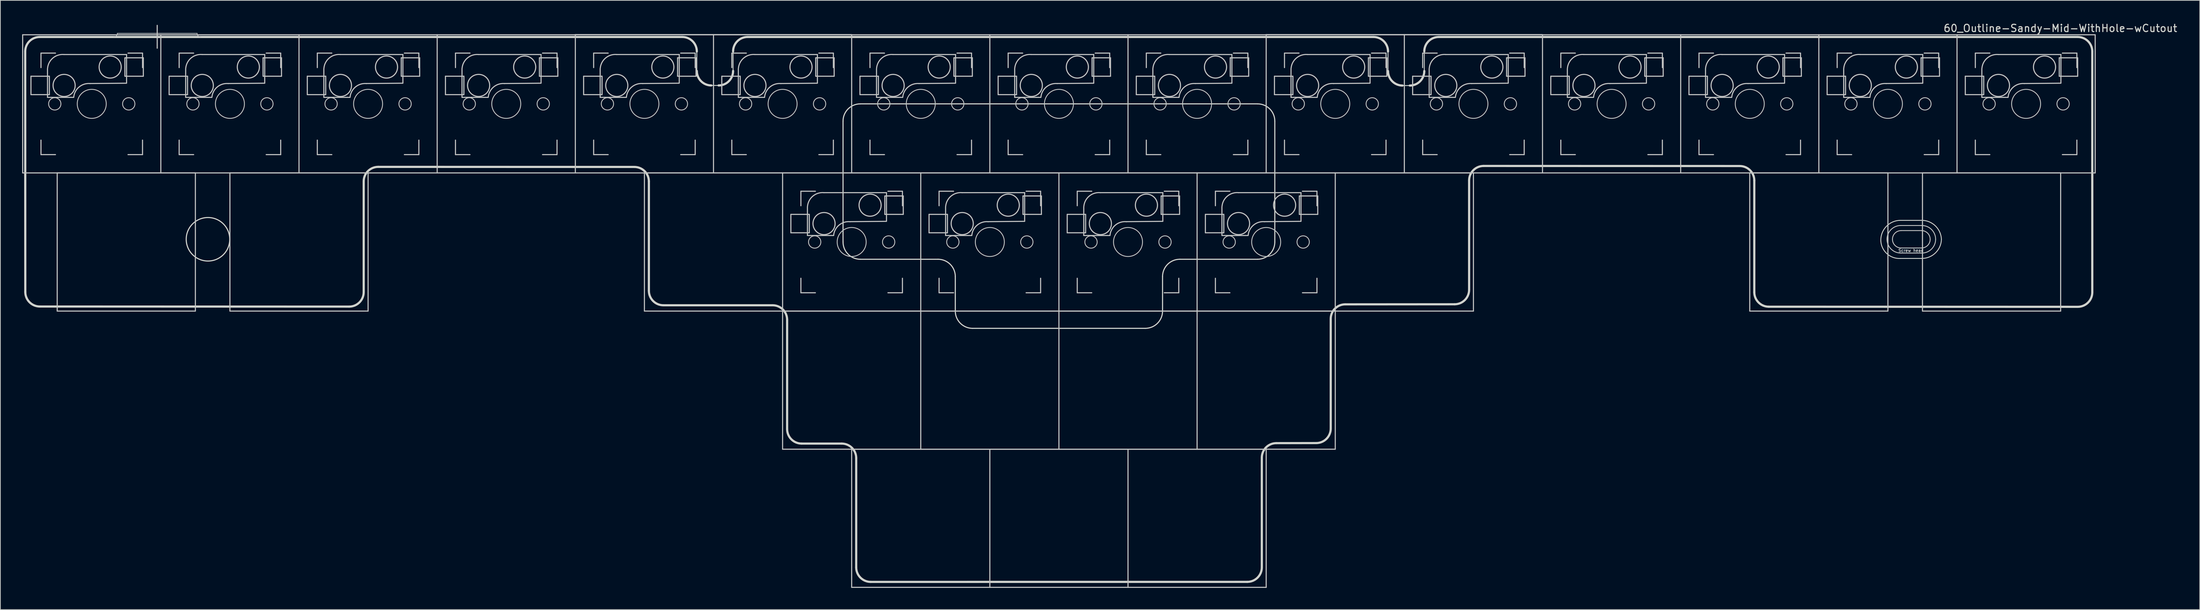
<source format=kicad_pcb>
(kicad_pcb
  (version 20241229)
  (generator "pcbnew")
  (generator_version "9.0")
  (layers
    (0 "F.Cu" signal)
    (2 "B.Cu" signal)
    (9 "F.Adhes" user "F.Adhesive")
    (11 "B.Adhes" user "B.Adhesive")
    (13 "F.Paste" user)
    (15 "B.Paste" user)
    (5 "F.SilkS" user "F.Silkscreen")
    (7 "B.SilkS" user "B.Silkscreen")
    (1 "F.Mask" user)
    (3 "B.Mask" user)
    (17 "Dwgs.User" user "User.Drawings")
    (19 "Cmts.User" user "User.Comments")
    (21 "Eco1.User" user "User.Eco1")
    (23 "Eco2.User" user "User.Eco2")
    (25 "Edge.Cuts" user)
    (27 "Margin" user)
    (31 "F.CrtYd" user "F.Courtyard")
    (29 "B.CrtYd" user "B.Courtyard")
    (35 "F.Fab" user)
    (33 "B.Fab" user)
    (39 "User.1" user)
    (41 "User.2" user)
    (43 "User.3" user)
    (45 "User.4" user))
  (footprint "60_Outline-Sandy-Mid-WithHole-wCutout"
    (layer "F.Cu")
    (at 142.95 39.848)
    (property "Reference" "60_Outline-Sandy-Mid-WithHole-wCutout" (at 138.075 -39 0) (layer "Edge.Cuts") (effects (font (size 1 1) (thickness 0.15))))
    (attr through_hole)
    (fp_line (start -142.875 -38.1) (end -123.825 -38.1) (stroke (width 0.15) (type solid)) (layer "Dwgs.User"))
    (fp_line (start -142.875 -19.05) (end -142.875 -38.1) (stroke (width 0.15) (type solid)) (layer "Dwgs.User"))
    (fp_line (start -141.732 -32.385) (end -141.732 -29.845) (stroke (width 0.15) (type solid)) (layer "Dwgs.User"))
    (fp_line (start -141.732 -29.845) (end -139.192 -29.845) (stroke (width 0.15) (type solid)) (layer "Dwgs.User"))
    (fp_line (start -140.35 -35.575) (end -140.35 -33.575) (stroke (width 0.15) (type solid)) (layer "Dwgs.User"))
    (fp_line (start -140.35 -23.575) (end -140.35 -21.575) (stroke (width 0.15) (type solid)) (layer "Dwgs.User"))
    (fp_line (start -140.35 -21.575) (end -138.35 -21.575) (stroke (width 0.15) (type solid)) (layer "Dwgs.User"))
    (fp_line (start -139.45 -33.425) (end -139.45 -29.48) (stroke (width 0.15) (type solid)) (layer "Dwgs.User"))
    (fp_line (start -139.45 -29.471) (end -135.84 -29.471) (stroke (width 0.15) (type solid)) (layer "Dwgs.User"))
    (fp_line (start -139.192 -32.385) (end -141.732 -32.385) (stroke (width 0.15) (type solid)) (layer "Dwgs.User"))
    (fp_line (start -139.192 -29.845) (end -139.192 -32.385) (stroke (width 0.15) (type solid)) (layer "Dwgs.User"))
    (fp_line (start -138.35 -35.575) (end -140.35 -35.575) (stroke (width 0.15) (type solid)) (layer "Dwgs.User"))
    (fp_line (start -138.113 -19.05) (end -119.062 -19.05) (stroke (width 0.15) (type solid)) (layer "Dwgs.User"))
    (fp_line (start -138.113 0) (end -138.113 -19.05) (stroke (width 0.15) (type solid)) (layer "Dwgs.User"))
    (fp_line (start -129.825 -38.3) (end -118.825 -38.3) (stroke (width 0.1) (type solid)) (layer "Dwgs.User"))
    (fp_line (start -128.778 -34.925) (end -126.238 -34.925) (stroke (width 0.15) (type solid)) (layer "Dwgs.User"))
    (fp_line (start -128.778 -32.385) (end -128.778 -34.925) (stroke (width 0.15) (type solid)) (layer "Dwgs.User"))
    (fp_line (start -128.55 -35.379) (end -137.175 -35.379) (stroke (width 0.15) (type solid)) (layer "Dwgs.User"))
    (fp_line (start -128.55 -31.471) (end -128.55 -35.379) (stroke (width 0.15) (type solid)) (layer "Dwgs.User"))
    (fp_line (start -128.55 -31.425) (end -133.6 -31.379) (stroke (width 0.15) (type solid)) (layer "Dwgs.User"))
    (fp_line (start -128.35 -35.575) (end -126.35 -35.575) (stroke (width 0.15) (type solid)) (layer "Dwgs.User"))
    (fp_line (start -128.35 -21.575) (end -126.35 -21.575) (stroke (width 0.15) (type solid)) (layer "Dwgs.User"))
    (fp_line (start -126.35 -35.575) (end -126.35 -33.575) (stroke (width 0.15) (type solid)) (layer "Dwgs.User"))
    (fp_line (start -126.35 -21.575) (end -126.35 -23.575) (stroke (width 0.15) (type solid)) (layer "Dwgs.User"))
    (fp_line (start -126.238 -34.925) (end -126.238 -32.385) (stroke (width 0.15) (type solid)) (layer "Dwgs.User"))
    (fp_line (start -126.238 -32.385) (end -128.778 -32.385) (stroke (width 0.15) (type solid)) (layer "Dwgs.User"))
    (fp_line (start -124.325 -39.4) (end -124.325 -36.25) (stroke (width 0.15) (type solid)) (layer "Dwgs.User"))
    (fp_line (start -123.825 -38.1) (end -123.825 -19.05) (stroke (width 0.15) (type solid)) (layer "Dwgs.User"))
    (fp_line (start -123.825 -38.1) (end -104.775 -38.1) (stroke (width 0.15) (type solid)) (layer "Dwgs.User"))
    (fp_line (start -123.825 -19.05) (end -142.875 -19.05) (stroke (width 0.15) (type solid)) (layer "Dwgs.User"))
    (fp_line (start -122.682 -32.385) (end -122.682 -29.845) (stroke (width 0.15) (type solid)) (layer "Dwgs.User"))
    (fp_line (start -122.682 -29.845) (end -120.142 -29.845) (stroke (width 0.15) (type solid)) (layer "Dwgs.User"))
    (fp_line (start -121.3 -35.575) (end -121.3 -33.575) (stroke (width 0.15) (type solid)) (layer "Dwgs.User"))
    (fp_line (start -121.3 -23.575) (end -121.3 -21.575) (stroke (width 0.15) (type solid)) (layer "Dwgs.User"))
    (fp_line (start -121.3 -21.575) (end -119.3 -21.575) (stroke (width 0.15) (type solid)) (layer "Dwgs.User"))
    (fp_line (start -120.4 -33.425) (end -120.4 -29.48) (stroke (width 0.15) (type solid)) (layer "Dwgs.User"))
    (fp_line (start -120.4 -29.471) (end -116.79 -29.471) (stroke (width 0.15) (type solid)) (layer "Dwgs.User"))
    (fp_line (start -120.142 -32.385) (end -122.682 -32.385) (stroke (width 0.15) (type solid)) (layer "Dwgs.User"))
    (fp_line (start -120.142 -29.845) (end -120.142 -32.385) (stroke (width 0.15) (type solid)) (layer "Dwgs.User"))
    (fp_line (start -119.3 -35.575) (end -121.3 -35.575) (stroke (width 0.15) (type solid)) (layer "Dwgs.User"))
    (fp_line (start -119.062 -19.05) (end -119.062 0) (stroke (width 0.15) (type solid)) (layer "Dwgs.User"))
    (fp_line (start -119.062 0) (end -138.113 0) (stroke (width 0.15) (type solid)) (layer "Dwgs.User"))
    (fp_line (start -114.3 -19.05) (end -95.25 -19.05) (stroke (width 0.15) (type solid)) (layer "Dwgs.User"))
    (fp_line (start -114.3 0) (end -114.3 -19.05) (stroke (width 0.15) (type solid)) (layer "Dwgs.User"))
    (fp_line (start -109.728 -34.925) (end -107.188 -34.925) (stroke (width 0.15) (type solid)) (layer "Dwgs.User"))
    (fp_line (start -109.728 -32.385) (end -109.728 -34.925) (stroke (width 0.15) (type solid)) (layer "Dwgs.User"))
    (fp_line (start -109.5 -35.379) (end -118.125 -35.379) (stroke (width 0.15) (type solid)) (layer "Dwgs.User"))
    (fp_line (start -109.5 -31.471) (end -109.5 -35.379) (stroke (width 0.15) (type solid)) (layer "Dwgs.User"))
    (fp_line (start -109.5 -31.425) (end -114.55 -31.379) (stroke (width 0.15) (type solid)) (layer "Dwgs.User"))
    (fp_line (start -109.3 -35.575) (end -107.3 -35.575) (stroke (width 0.15) (type solid)) (layer "Dwgs.User"))
    (fp_line (start -109.3 -21.575) (end -107.3 -21.575) (stroke (width 0.15) (type solid)) (layer "Dwgs.User"))
    (fp_line (start -107.3 -35.575) (end -107.3 -33.575) (stroke (width 0.15) (type solid)) (layer "Dwgs.User"))
    (fp_line (start -107.3 -21.575) (end -107.3 -23.575) (stroke (width 0.15) (type solid)) (layer "Dwgs.User"))
    (fp_line (start -107.188 -34.925) (end -107.188 -32.385) (stroke (width 0.15) (type solid)) (layer "Dwgs.User"))
    (fp_line (start -107.188 -32.385) (end -109.728 -32.385) (stroke (width 0.15) (type solid)) (layer "Dwgs.User"))
    (fp_line (start -104.775 -38.1) (end -85.725 -38.1) (stroke (width 0.15) (type solid)) (layer "Dwgs.User"))
    (fp_line (start -104.775 -19.05) (end -123.825 -19.05) (stroke (width 0.15) (type solid)) (layer "Dwgs.User"))
    (fp_line (start -104.775 -19.05) (end -104.775 -38.1) (stroke (width 0.15) (type solid)) (layer "Dwgs.User"))
    (fp_line (start -103.632 -32.385) (end -103.632 -29.845) (stroke (width 0.15) (type solid)) (layer "Dwgs.User"))
    (fp_line (start -103.632 -29.845) (end -101.092 -29.845) (stroke (width 0.15) (type solid)) (layer "Dwgs.User"))
    (fp_line (start -102.25 -35.575) (end -102.25 -33.575) (stroke (width 0.15) (type solid)) (layer "Dwgs.User"))
    (fp_line (start -102.25 -23.575) (end -102.25 -21.575) (stroke (width 0.15) (type solid)) (layer "Dwgs.User"))
    (fp_line (start -102.25 -21.575) (end -100.25 -21.575) (stroke (width 0.15) (type solid)) (layer "Dwgs.User"))
    (fp_line (start -101.35 -33.425) (end -101.35 -29.48) (stroke (width 0.15) (type solid)) (layer "Dwgs.User"))
    (fp_line (start -101.35 -29.471) (end -97.74 -29.471) (stroke (width 0.15) (type solid)) (layer "Dwgs.User"))
    (fp_line (start -101.092 -32.385) (end -103.632 -32.385) (stroke (width 0.15) (type solid)) (layer "Dwgs.User"))
    (fp_line (start -101.092 -29.845) (end -101.092 -32.385) (stroke (width 0.15) (type solid)) (layer "Dwgs.User"))
    (fp_line (start -100.25 -35.575) (end -102.25 -35.575) (stroke (width 0.15) (type solid)) (layer "Dwgs.User"))
    (fp_line (start -95.25 -19.05) (end -95.25 0) (stroke (width 0.15) (type solid)) (layer "Dwgs.User"))
    (fp_line (start -95.25 0) (end -114.3 0) (stroke (width 0.15) (type solid)) (layer "Dwgs.User"))
    (fp_line (start -90.678 -34.925) (end -88.138 -34.925) (stroke (width 0.15) (type solid)) (layer "Dwgs.User"))
    (fp_line (start -90.678 -32.385) (end -90.678 -34.925) (stroke (width 0.15) (type solid)) (layer "Dwgs.User"))
    (fp_line (start -90.45 -35.379) (end -99.075 -35.379) (stroke (width 0.15) (type solid)) (layer "Dwgs.User"))
    (fp_line (start -90.45 -31.471) (end -90.45 -35.379) (stroke (width 0.15) (type solid)) (layer "Dwgs.User"))
    (fp_line (start -90.45 -31.425) (end -95.5 -31.379) (stroke (width 0.15) (type solid)) (layer "Dwgs.User"))
    (fp_line (start -90.25 -35.575) (end -88.25 -35.575) (stroke (width 0.15) (type solid)) (layer "Dwgs.User"))
    (fp_line (start -90.25 -21.575) (end -88.25 -21.575) (stroke (width 0.15) (type solid)) (layer "Dwgs.User"))
    (fp_line (start -88.25 -35.575) (end -88.25 -33.575) (stroke (width 0.15) (type solid)) (layer "Dwgs.User"))
    (fp_line (start -88.25 -21.575) (end -88.25 -23.575) (stroke (width 0.15) (type solid)) (layer "Dwgs.User"))
    (fp_line (start -88.138 -34.925) (end -88.138 -32.385) (stroke (width 0.15) (type solid)) (layer "Dwgs.User"))
    (fp_line (start -88.138 -32.385) (end -90.678 -32.385) (stroke (width 0.15) (type solid)) (layer "Dwgs.User"))
    (fp_line (start -85.725 -38.1) (end -85.725 -19.05) (stroke (width 0.15) (type solid)) (layer "Dwgs.User"))
    (fp_line (start -85.725 -38.1) (end -66.675 -38.1) (stroke (width 0.15) (type solid)) (layer "Dwgs.User"))
    (fp_line (start -85.725 -19.05) (end -104.775 -19.05) (stroke (width 0.15) (type solid)) (layer "Dwgs.User"))
    (fp_line (start -84.582 -32.385) (end -84.582 -29.845) (stroke (width 0.15) (type solid)) (layer "Dwgs.User"))
    (fp_line (start -84.582 -29.845) (end -82.042 -29.845) (stroke (width 0.15) (type solid)) (layer "Dwgs.User"))
    (fp_line (start -83.2 -35.575) (end -83.2 -33.575) (stroke (width 0.15) (type solid)) (layer "Dwgs.User"))
    (fp_line (start -83.2 -23.575) (end -83.2 -21.575) (stroke (width 0.15) (type solid)) (layer "Dwgs.User"))
    (fp_line (start -83.2 -21.575) (end -81.2 -21.575) (stroke (width 0.15) (type solid)) (layer "Dwgs.User"))
    (fp_line (start -82.3 -33.425) (end -82.3 -29.48) (stroke (width 0.15) (type solid)) (layer "Dwgs.User"))
    (fp_line (start -82.3 -29.471) (end -78.69 -29.471) (stroke (width 0.15) (type solid)) (layer "Dwgs.User"))
    (fp_line (start -82.042 -32.385) (end -84.582 -32.385) (stroke (width 0.15) (type solid)) (layer "Dwgs.User"))
    (fp_line (start -82.042 -29.845) (end -82.042 -32.385) (stroke (width 0.15) (type solid)) (layer "Dwgs.User"))
    (fp_line (start -81.2 -35.575) (end -83.2 -35.575) (stroke (width 0.15) (type solid)) (layer "Dwgs.User"))
    (fp_line (start -71.628 -34.925) (end -69.088 -34.925) (stroke (width 0.15) (type solid)) (layer "Dwgs.User"))
    (fp_line (start -71.628 -32.385) (end -71.628 -34.925) (stroke (width 0.15) (type solid)) (layer "Dwgs.User"))
    (fp_line (start -71.4 -35.379) (end -80.025 -35.379) (stroke (width 0.15) (type solid)) (layer "Dwgs.User"))
    (fp_line (start -71.4 -31.471) (end -71.4 -35.379) (stroke (width 0.15) (type solid)) (layer "Dwgs.User"))
    (fp_line (start -71.4 -31.425) (end -76.45 -31.379) (stroke (width 0.15) (type solid)) (layer "Dwgs.User"))
    (fp_line (start -71.2 -35.575) (end -69.2 -35.575) (stroke (width 0.15) (type solid)) (layer "Dwgs.User"))
    (fp_line (start -71.2 -21.575) (end -69.2 -21.575) (stroke (width 0.15) (type solid)) (layer "Dwgs.User"))
    (fp_line (start -69.2 -35.575) (end -69.2 -33.575) (stroke (width 0.15) (type solid)) (layer "Dwgs.User"))
    (fp_line (start -69.2 -21.575) (end -69.2 -23.575) (stroke (width 0.15) (type solid)) (layer "Dwgs.User"))
    (fp_line (start -69.088 -34.925) (end -69.088 -32.385) (stroke (width 0.15) (type solid)) (layer "Dwgs.User"))
    (fp_line (start -69.088 -32.385) (end -71.628 -32.385) (stroke (width 0.15) (type solid)) (layer "Dwgs.User"))
    (fp_line (start -66.7 -38.125) (end -47.65 -38.125) (stroke (width 0.15) (type solid)) (layer "Dwgs.User"))
    (fp_line (start -66.675 -38.1) (end -66.675 -19.05) (stroke (width 0.15) (type solid)) (layer "Dwgs.User"))
    (fp_line (start -66.675 -38.1) (end -47.625 -38.1) (stroke (width 0.15) (type solid)) (layer "Dwgs.User"))
    (fp_line (start -66.675 -19.05) (end -85.725 -19.05) (stroke (width 0.15) (type solid)) (layer "Dwgs.User"))
    (fp_line (start -65.532 -32.385) (end -65.532 -29.845) (stroke (width 0.15) (type solid)) (layer "Dwgs.User"))
    (fp_line (start -65.532 -29.845) (end -62.992 -29.845) (stroke (width 0.15) (type solid)) (layer "Dwgs.User"))
    (fp_line (start -64.15 -35.575) (end -64.15 -33.575) (stroke (width 0.15) (type solid)) (layer "Dwgs.User"))
    (fp_line (start -64.15 -23.575) (end -64.15 -21.575) (stroke (width 0.15) (type solid)) (layer "Dwgs.User"))
    (fp_line (start -64.15 -21.575) (end -62.15 -21.575) (stroke (width 0.15) (type solid)) (layer "Dwgs.User"))
    (fp_line (start -63.25 -33.425) (end -63.25 -29.48) (stroke (width 0.15) (type solid)) (layer "Dwgs.User"))
    (fp_line (start -63.25 -29.471) (end -59.64 -29.471) (stroke (width 0.15) (type solid)) (layer "Dwgs.User"))
    (fp_line (start -62.992 -32.385) (end -65.532 -32.385) (stroke (width 0.15) (type solid)) (layer "Dwgs.User"))
    (fp_line (start -62.992 -29.845) (end -62.992 -32.385) (stroke (width 0.15) (type solid)) (layer "Dwgs.User"))
    (fp_line (start -62.15 -35.575) (end -64.15 -35.575) (stroke (width 0.15) (type solid)) (layer "Dwgs.User"))
    (fp_line (start -57.15 -19.05) (end -38.1 -19.05) (stroke (width 0.15) (type solid)) (layer "Dwgs.User"))
    (fp_line (start -57.15 0) (end -57.15 -19.05) (stroke (width 0.15) (type solid)) (layer "Dwgs.User"))
    (fp_line (start -52.578 -34.925) (end -50.038 -34.925) (stroke (width 0.15) (type solid)) (layer "Dwgs.User"))
    (fp_line (start -52.578 -32.385) (end -52.578 -34.925) (stroke (width 0.15) (type solid)) (layer "Dwgs.User"))
    (fp_line (start -52.35 -35.379) (end -60.975 -35.379) (stroke (width 0.15) (type solid)) (layer "Dwgs.User"))
    (fp_line (start -52.35 -31.471) (end -52.35 -35.379) (stroke (width 0.15) (type solid)) (layer "Dwgs.User"))
    (fp_line (start -52.35 -31.425) (end -57.4 -31.379) (stroke (width 0.15) (type solid)) (layer "Dwgs.User"))
    (fp_line (start -52.15 -35.575) (end -50.15 -35.575) (stroke (width 0.15) (type solid)) (layer "Dwgs.User"))
    (fp_line (start -52.15 -21.575) (end -50.15 -21.575) (stroke (width 0.15) (type solid)) (layer "Dwgs.User"))
    (fp_line (start -50.15 -35.575) (end -50.15 -33.575) (stroke (width 0.15) (type solid)) (layer "Dwgs.User"))
    (fp_line (start -50.15 -21.575) (end -50.15 -23.575) (stroke (width 0.15) (type solid)) (layer "Dwgs.User"))
    (fp_line (start -50.038 -34.925) (end -50.038 -32.385) (stroke (width 0.15) (type solid)) (layer "Dwgs.User"))
    (fp_line (start -50.038 -32.385) (end -52.578 -32.385) (stroke (width 0.15) (type solid)) (layer "Dwgs.User"))
    (fp_line (start -47.65 -38.125) (end -28.6 -38.125) (stroke (width 0.15) (type solid)) (layer "Dwgs.User"))
    (fp_line (start -47.625 -38.1) (end -28.575 -38.1) (stroke (width 0.15) (type solid)) (layer "Dwgs.User"))
    (fp_line (start -47.625 -19.05) (end -66.675 -19.05) (stroke (width 0.15) (type solid)) (layer "Dwgs.User"))
    (fp_line (start -47.625 -19.05) (end -47.625 -38.1) (stroke (width 0.15) (type solid)) (layer "Dwgs.User"))
    (fp_line (start -46.482 -32.385) (end -46.482 -29.845) (stroke (width 0.15) (type solid)) (layer "Dwgs.User"))
    (fp_line (start -46.482 -29.845) (end -43.942 -29.845) (stroke (width 0.15) (type solid)) (layer "Dwgs.User"))
    (fp_line (start -45.1 -35.575) (end -45.1 -33.575) (stroke (width 0.15) (type solid)) (layer "Dwgs.User"))
    (fp_line (start -45.1 -23.575) (end -45.1 -21.575) (stroke (width 0.15) (type solid)) (layer "Dwgs.User"))
    (fp_line (start -45.1 -21.575) (end -43.1 -21.575) (stroke (width 0.15) (type solid)) (layer "Dwgs.User"))
    (fp_line (start -44.2 -33.425) (end -44.2 -29.48) (stroke (width 0.15) (type solid)) (layer "Dwgs.User"))
    (fp_line (start -44.2 -29.471) (end -40.59 -29.471) (stroke (width 0.15) (type solid)) (layer "Dwgs.User"))
    (fp_line (start -43.942 -32.385) (end -46.482 -32.385) (stroke (width 0.15) (type solid)) (layer "Dwgs.User"))
    (fp_line (start -43.942 -29.845) (end -43.942 -32.385) (stroke (width 0.15) (type solid)) (layer "Dwgs.User"))
    (fp_line (start -43.1 -35.575) (end -45.1 -35.575) (stroke (width 0.15) (type solid)) (layer "Dwgs.User"))
    (fp_line (start -38.1 -19.05) (end -19.05 -19.05) (stroke (width 0.15) (type solid)) (layer "Dwgs.User"))
    (fp_line (start -38.1 0) (end -57.15 0) (stroke (width 0.15) (type solid)) (layer "Dwgs.User"))
    (fp_line (start -38.1 0) (end -38.1 -19.05) (stroke (width 0.15) (type solid)) (layer "Dwgs.User"))
    (fp_line (start -38.1 0) (end -19.05 0) (stroke (width 0.15) (type solid)) (layer "Dwgs.User"))
    (fp_line (start -38.1 19.05) (end -38.1 0) (stroke (width 0.15) (type solid)) (layer "Dwgs.User"))
    (fp_line (start -36.957 -13.335) (end -36.957 -10.795) (stroke (width 0.15) (type solid)) (layer "Dwgs.User"))
    (fp_line (start -36.957 -10.795) (end -34.417 -10.795) (stroke (width 0.15) (type solid)) (layer "Dwgs.User"))
    (fp_line (start -35.575 -16.525) (end -35.575 -14.525) (stroke (width 0.15) (type solid)) (layer "Dwgs.User"))
    (fp_line (start -35.575 -4.525) (end -35.575 -2.525) (stroke (width 0.15) (type solid)) (layer "Dwgs.User"))
    (fp_line (start -35.575 -2.525) (end -33.575 -2.525) (stroke (width 0.15) (type solid)) (layer "Dwgs.User"))
    (fp_line (start -34.675 -14.375) (end -34.675 -10.43) (stroke (width 0.15) (type solid)) (layer "Dwgs.User"))
    (fp_line (start -34.675 -10.421) (end -31.065 -10.421) (stroke (width 0.15) (type solid)) (layer "Dwgs.User"))
    (fp_line (start -34.417 -13.335) (end -36.957 -13.335) (stroke (width 0.15) (type solid)) (layer "Dwgs.User"))
    (fp_line (start -34.417 -10.795) (end -34.417 -13.335) (stroke (width 0.15) (type solid)) (layer "Dwgs.User"))
    (fp_line (start -33.575 -16.525) (end -35.575 -16.525) (stroke (width 0.15) (type solid)) (layer "Dwgs.User"))
    (fp_line (start -33.528 -34.925) (end -30.988 -34.925) (stroke (width 0.15) (type solid)) (layer "Dwgs.User"))
    (fp_line (start -33.528 -32.385) (end -33.528 -34.925) (stroke (width 0.15) (type solid)) (layer "Dwgs.User"))
    (fp_line (start -33.3 -35.379) (end -41.925 -35.379) (stroke (width 0.15) (type solid)) (layer "Dwgs.User"))
    (fp_line (start -33.3 -31.471) (end -33.3 -35.379) (stroke (width 0.15) (type solid)) (layer "Dwgs.User"))
    (fp_line (start -33.3 -31.425) (end -38.35 -31.379) (stroke (width 0.15) (type solid)) (layer "Dwgs.User"))
    (fp_line (start -33.1 -35.575) (end -31.1 -35.575) (stroke (width 0.15) (type solid)) (layer "Dwgs.User"))
    (fp_line (start -33.1 -21.575) (end -31.1 -21.575) (stroke (width 0.15) (type solid)) (layer "Dwgs.User"))
    (fp_line (start -31.1 -35.575) (end -31.1 -33.575) (stroke (width 0.15) (type solid)) (layer "Dwgs.User"))
    (fp_line (start -31.1 -21.575) (end -31.1 -23.575) (stroke (width 0.15) (type solid)) (layer "Dwgs.User"))
    (fp_line (start -30.988 -34.925) (end -30.988 -32.385) (stroke (width 0.15) (type solid)) (layer "Dwgs.User"))
    (fp_line (start -30.988 -32.385) (end -33.528 -32.385) (stroke (width 0.15) (type solid)) (layer "Dwgs.User"))
    (fp_line (start -28.575 -38.1) (end -9.525 -38.1) (stroke (width 0.15) (type solid)) (layer "Dwgs.User"))
    (fp_line (start -28.575 -19.05) (end -47.625 -19.05) (stroke (width 0.15) (type solid)) (layer "Dwgs.User"))
    (fp_line (start -28.575 -19.05) (end -28.575 -38.1) (stroke (width 0.15) (type solid)) (layer "Dwgs.User"))
    (fp_line (start -28.575 19.05) (end -9.525 19.05) (stroke (width 0.15) (type solid)) (layer "Dwgs.User"))
    (fp_line (start -28.575 38.1) (end -28.575 19.05) (stroke (width 0.15) (type solid)) (layer "Dwgs.User"))
    (fp_line (start -27.432 -32.385) (end -27.432 -29.845) (stroke (width 0.15) (type solid)) (layer "Dwgs.User"))
    (fp_line (start -27.432 -29.845) (end -24.892 -29.845) (stroke (width 0.15) (type solid)) (layer "Dwgs.User"))
    (fp_line (start -26.05 -35.575) (end -26.05 -33.575) (stroke (width 0.15) (type solid)) (layer "Dwgs.User"))
    (fp_line (start -26.05 -23.575) (end -26.05 -21.575) (stroke (width 0.15) (type solid)) (layer "Dwgs.User"))
    (fp_line (start -26.05 -21.575) (end -24.05 -21.575) (stroke (width 0.15) (type solid)) (layer "Dwgs.User"))
    (fp_line (start -25.15 -33.425) (end -25.15 -29.48) (stroke (width 0.15) (type solid)) (layer "Dwgs.User"))
    (fp_line (start -25.15 -29.471) (end -21.54 -29.471) (stroke (width 0.15) (type solid)) (layer "Dwgs.User"))
    (fp_line (start -24.892 -32.385) (end -27.432 -32.385) (stroke (width 0.15) (type solid)) (layer "Dwgs.User"))
    (fp_line (start -24.892 -29.845) (end -24.892 -32.385) (stroke (width 0.15) (type solid)) (layer "Dwgs.User"))
    (fp_line (start -24.05 -35.575) (end -26.05 -35.575) (stroke (width 0.15) (type solid)) (layer "Dwgs.User"))
    (fp_line (start -24.003 -15.875) (end -21.463 -15.875) (stroke (width 0.15) (type solid)) (layer "Dwgs.User"))
    (fp_line (start -24.003 -13.335) (end -24.003 -15.875) (stroke (width 0.15) (type solid)) (layer "Dwgs.User"))
    (fp_line (start -23.775 -16.329) (end -32.4 -16.329) (stroke (width 0.15) (type solid)) (layer "Dwgs.User"))
    (fp_line (start -23.775 -12.421) (end -23.775 -16.329) (stroke (width 0.15) (type solid)) (layer "Dwgs.User"))
    (fp_line (start -23.775 -12.375) (end -28.825 -12.329) (stroke (width 0.15) (type solid)) (layer "Dwgs.User"))
    (fp_line (start -23.575 -16.525) (end -21.575 -16.525) (stroke (width 0.15) (type solid)) (layer "Dwgs.User"))
    (fp_line (start -23.575 -2.525) (end -21.575 -2.525) (stroke (width 0.15) (type solid)) (layer "Dwgs.User"))
    (fp_line (start -21.575 -16.525) (end -21.575 -14.525) (stroke (width 0.15) (type solid)) (layer "Dwgs.User"))
    (fp_line (start -21.575 -2.525) (end -21.575 -4.525) (stroke (width 0.15) (type solid)) (layer "Dwgs.User"))
    (fp_line (start -21.463 -15.875) (end -21.463 -13.335) (stroke (width 0.15) (type solid)) (layer "Dwgs.User"))
    (fp_line (start -21.463 -13.335) (end -24.003 -13.335) (stroke (width 0.15) (type solid)) (layer "Dwgs.User"))
    (fp_line (start -19.05 -19.05) (end -19.05 0) (stroke (width 0.15) (type solid)) (layer "Dwgs.User"))
    (fp_line (start -19.05 -19.05) (end 0 -19.05) (stroke (width 0.15) (type solid)) (layer "Dwgs.User"))
    (fp_line (start -19.05 0) (end -38.1 0) (stroke (width 0.15) (type solid)) (layer "Dwgs.User"))
    (fp_line (start -19.05 0) (end 0 0) (stroke (width 0.15) (type solid)) (layer "Dwgs.User"))
    (fp_line (start -19.05 19.05) (end -38.1 19.05) (stroke (width 0.15) (type solid)) (layer "Dwgs.User"))
    (fp_line (start -19.05 19.05) (end -19.05 0) (stroke (width 0.15) (type solid)) (layer "Dwgs.User"))
    (fp_line (start -17.907 -13.335) (end -17.907 -10.795) (stroke (width 0.15) (type solid)) (layer "Dwgs.User"))
    (fp_line (start -17.907 -10.795) (end -15.367 -10.795) (stroke (width 0.15) (type solid)) (layer "Dwgs.User"))
    (fp_line (start -16.525 -16.525) (end -16.525 -14.525) (stroke (width 0.15) (type solid)) (layer "Dwgs.User"))
    (fp_line (start -16.525 -4.525) (end -16.525 -2.525) (stroke (width 0.15) (type solid)) (layer "Dwgs.User"))
    (fp_line (start -16.525 -2.525) (end -14.525 -2.525) (stroke (width 0.15) (type solid)) (layer "Dwgs.User"))
    (fp_line (start -15.625 -14.375) (end -15.625 -10.43) (stroke (width 0.15) (type solid)) (layer "Dwgs.User"))
    (fp_line (start -15.625 -10.421) (end -12.015 -10.421) (stroke (width 0.15) (type solid)) (layer "Dwgs.User"))
    (fp_line (start -15.367 -13.335) (end -17.907 -13.335) (stroke (width 0.15) (type solid)) (layer "Dwgs.User"))
    (fp_line (start -15.367 -10.795) (end -15.367 -13.335) (stroke (width 0.15) (type solid)) (layer "Dwgs.User"))
    (fp_line (start -14.525 -16.525) (end -16.525 -16.525) (stroke (width 0.15) (type solid)) (layer "Dwgs.User"))
    (fp_line (start -14.478 -34.925) (end -11.938 -34.925) (stroke (width 0.15) (type solid)) (layer "Dwgs.User"))
    (fp_line (start -14.478 -32.385) (end -14.478 -34.925) (stroke (width 0.15) (type solid)) (layer "Dwgs.User"))
    (fp_line (start -14.25 -35.379) (end -22.875 -35.379) (stroke (width 0.15) (type solid)) (layer "Dwgs.User"))
    (fp_line (start -14.25 -31.471) (end -14.25 -35.379) (stroke (width 0.15) (type solid)) (layer "Dwgs.User"))
    (fp_line (start -14.25 -31.425) (end -19.3 -31.379) (stroke (width 0.15) (type solid)) (layer "Dwgs.User"))
    (fp_line (start -14.05 -35.575) (end -12.05 -35.575) (stroke (width 0.15) (type solid)) (layer "Dwgs.User"))
    (fp_line (start -14.05 -21.575) (end -12.05 -21.575) (stroke (width 0.15) (type solid)) (layer "Dwgs.User"))
    (fp_line (start -12.05 -35.575) (end -12.05 -33.575) (stroke (width 0.15) (type solid)) (layer "Dwgs.User"))
    (fp_line (start -12.05 -21.575) (end -12.05 -23.575) (stroke (width 0.15) (type solid)) (layer "Dwgs.User"))
    (fp_line (start -11.938 -34.925) (end -11.938 -32.385) (stroke (width 0.15) (type solid)) (layer "Dwgs.User"))
    (fp_line (start -11.938 -32.385) (end -14.478 -32.385) (stroke (width 0.15) (type solid)) (layer "Dwgs.User"))
    (fp_line (start -9.525 -38.1) (end -9.525 -19.05) (stroke (width 0.15) (type solid)) (layer "Dwgs.User"))
    (fp_line (start -9.525 -38.1) (end 9.525 -38.1) (stroke (width 0.15) (type solid)) (layer "Dwgs.User"))
    (fp_line (start -9.525 -19.05) (end -28.575 -19.05) (stroke (width 0.15) (type solid)) (layer "Dwgs.User"))
    (fp_line (start -9.525 19.05) (end 9.525 19.05) (stroke (width 0.15) (type solid)) (layer "Dwgs.User"))
    (fp_line (start -9.525 38.1) (end -28.575 38.1) (stroke (width 0.15) (type solid)) (layer "Dwgs.User"))
    (fp_line (start -9.525 38.1) (end -9.525 19.05) (stroke (width 0.15) (type solid)) (layer "Dwgs.User"))
    (fp_line (start -8.382 -32.385) (end -8.382 -29.845) (stroke (width 0.15) (type solid)) (layer "Dwgs.User"))
    (fp_line (start -8.382 -29.845) (end -5.842 -29.845) (stroke (width 0.15) (type solid)) (layer "Dwgs.User"))
    (fp_line (start -7 -35.575) (end -7 -33.575) (stroke (width 0.15) (type solid)) (layer "Dwgs.User"))
    (fp_line (start -7 -23.575) (end -7 -21.575) (stroke (width 0.15) (type solid)) (layer "Dwgs.User"))
    (fp_line (start -7 -21.575) (end -5 -21.575) (stroke (width 0.15) (type solid)) (layer "Dwgs.User"))
    (fp_line (start -6.1 -33.425) (end -6.1 -29.48) (stroke (width 0.15) (type solid)) (layer "Dwgs.User"))
    (fp_line (start -6.1 -29.471) (end -2.49 -29.471) (stroke (width 0.15) (type solid)) (layer "Dwgs.User"))
    (fp_line (start -5.842 -32.385) (end -8.382 -32.385) (stroke (width 0.15) (type solid)) (layer "Dwgs.User"))
    (fp_line (start -5.842 -29.845) (end -5.842 -32.385) (stroke (width 0.15) (type solid)) (layer "Dwgs.User"))
    (fp_line (start -5 -35.575) (end -7 -35.575) (stroke (width 0.15) (type solid)) (layer "Dwgs.User"))
    (fp_line (start -4.953 -15.875) (end -2.413 -15.875) (stroke (width 0.15) (type solid)) (layer "Dwgs.User"))
    (fp_line (start -4.953 -13.335) (end -4.953 -15.875) (stroke (width 0.15) (type solid)) (layer "Dwgs.User"))
    (fp_line (start -4.725 -16.329) (end -13.35 -16.329) (stroke (width 0.15) (type solid)) (layer "Dwgs.User"))
    (fp_line (start -4.725 -12.421) (end -4.725 -16.329) (stroke (width 0.15) (type solid)) (layer "Dwgs.User"))
    (fp_line (start -4.725 -12.375) (end -9.775 -12.329) (stroke (width 0.15) (type solid)) (layer "Dwgs.User"))
    (fp_line (start -4.525 -16.525) (end -2.525 -16.525) (stroke (width 0.15) (type solid)) (layer "Dwgs.User"))
    (fp_line (start -4.525 -2.525) (end -2.525 -2.525) (stroke (width 0.15) (type solid)) (layer "Dwgs.User"))
    (fp_line (start -2.525 -16.525) (end -2.525 -14.525) (stroke (width 0.15) (type solid)) (layer "Dwgs.User"))
    (fp_line (start -2.525 -2.525) (end -2.525 -4.525) (stroke (width 0.15) (type solid)) (layer "Dwgs.User"))
    (fp_line (start -2.413 -15.875) (end -2.413 -13.335) (stroke (width 0.15) (type solid)) (layer "Dwgs.User"))
    (fp_line (start -2.413 -13.335) (end -4.953 -13.335) (stroke (width 0.15) (type solid)) (layer "Dwgs.User"))
    (fp_line (start 0 -19.05) (end 0 0) (stroke (width 0.15) (type solid)) (layer "Dwgs.User"))
    (fp_line (start 0 -19.05) (end 19.05 -19.05) (stroke (width 0.15) (type solid)) (layer "Dwgs.User"))
    (fp_line (start 0 0) (end -19.05 0) (stroke (width 0.15) (type solid)) (layer "Dwgs.User"))
    (fp_line (start 0 0) (end 19.05 0) (stroke (width 0.15) (type solid)) (layer "Dwgs.User"))
    (fp_line (start 0 19.05) (end -19.05 19.05) (stroke (width 0.15) (type solid)) (layer "Dwgs.User"))
    (fp_line (start 0 19.05) (end 0 0) (stroke (width 0.15) (type solid)) (layer "Dwgs.User"))
    (fp_line (start 1.143 -13.335) (end 1.143 -10.795) (stroke (width 0.15) (type solid)) (layer "Dwgs.User"))
    (fp_line (start 1.143 -10.795) (end 3.683 -10.795) (stroke (width 0.15) (type solid)) (layer "Dwgs.User"))
    (fp_line (start 2.525 -16.525) (end 2.525 -14.525) (stroke (width 0.15) (type solid)) (layer "Dwgs.User"))
    (fp_line (start 2.525 -4.525) (end 2.525 -2.525) (stroke (width 0.15) (type solid)) (layer "Dwgs.User"))
    (fp_line (start 2.525 -2.525) (end 4.525 -2.525) (stroke (width 0.15) (type solid)) (layer "Dwgs.User"))
    (fp_line (start 3.425 -14.375) (end 3.425 -10.43) (stroke (width 0.15) (type solid)) (layer "Dwgs.User"))
    (fp_line (start 3.425 -10.421) (end 7.035 -10.421) (stroke (width 0.15) (type solid)) (layer "Dwgs.User"))
    (fp_line (start 3.683 -13.335) (end 1.143 -13.335) (stroke (width 0.15) (type solid)) (layer "Dwgs.User"))
    (fp_line (start 3.683 -10.795) (end 3.683 -13.335) (stroke (width 0.15) (type solid)) (layer "Dwgs.User"))
    (fp_line (start 4.525 -16.525) (end 2.525 -16.525) (stroke (width 0.15) (type solid)) (layer "Dwgs.User"))
    (fp_line (start 4.572 -34.925) (end 7.112 -34.925) (stroke (width 0.15) (type solid)) (layer "Dwgs.User"))
    (fp_line (start 4.572 -32.385) (end 4.572 -34.925) (stroke (width 0.15) (type solid)) (layer "Dwgs.User"))
    (fp_line (start 4.8 -35.379) (end -3.825 -35.379) (stroke (width 0.15) (type solid)) (layer "Dwgs.User"))
    (fp_line (start 4.8 -31.471) (end 4.8 -35.379) (stroke (width 0.15) (type solid)) (layer "Dwgs.User"))
    (fp_line (start 4.8 -31.425) (end -0.25 -31.379) (stroke (width 0.15) (type solid)) (layer "Dwgs.User"))
    (fp_line (start 5 -35.575) (end 7 -35.575) (stroke (width 0.15) (type solid)) (layer "Dwgs.User"))
    (fp_line (start 5 -21.575) (end 7 -21.575) (stroke (width 0.15) (type solid)) (layer "Dwgs.User"))
    (fp_line (start 7 -35.575) (end 7 -33.575) (stroke (width 0.15) (type solid)) (layer "Dwgs.User"))
    (fp_line (start 7 -21.575) (end 7 -23.575) (stroke (width 0.15) (type solid)) (layer "Dwgs.User"))
    (fp_line (start 7.112 -34.925) (end 7.112 -32.385) (stroke (width 0.15) (type solid)) (layer "Dwgs.User"))
    (fp_line (start 7.112 -32.385) (end 4.572 -32.385) (stroke (width 0.15) (type solid)) (layer "Dwgs.User"))
    (fp_line (start 9.525 -38.1) (end 28.575 -38.1) (stroke (width 0.15) (type solid)) (layer "Dwgs.User"))
    (fp_line (start 9.525 -19.05) (end -9.525 -19.05) (stroke (width 0.15) (type solid)) (layer "Dwgs.User"))
    (fp_line (start 9.525 -19.05) (end 9.525 -38.1) (stroke (width 0.15) (type solid)) (layer "Dwgs.User"))
    (fp_line (start 9.525 19.05) (end 28.575 19.05) (stroke (width 0.15) (type solid)) (layer "Dwgs.User"))
    (fp_line (start 9.525 38.1) (end -9.525 38.1) (stroke (width 0.15) (type solid)) (layer "Dwgs.User"))
    (fp_line (start 9.525 38.1) (end 9.525 19.05) (stroke (width 0.15) (type solid)) (layer "Dwgs.User"))
    (fp_line (start 10.668 -32.385) (end 10.668 -29.845) (stroke (width 0.15) (type solid)) (layer "Dwgs.User"))
    (fp_line (start 10.668 -29.845) (end 13.208 -29.845) (stroke (width 0.15) (type solid)) (layer "Dwgs.User"))
    (fp_line (start 12.05 -35.575) (end 12.05 -33.575) (stroke (width 0.15) (type solid)) (layer "Dwgs.User"))
    (fp_line (start 12.05 -23.575) (end 12.05 -21.575) (stroke (width 0.15) (type solid)) (layer "Dwgs.User"))
    (fp_line (start 12.05 -21.575) (end 14.05 -21.575) (stroke (width 0.15) (type solid)) (layer "Dwgs.User"))
    (fp_line (start 12.95 -33.425) (end 12.95 -29.48) (stroke (width 0.15) (type solid)) (layer "Dwgs.User"))
    (fp_line (start 12.95 -29.471) (end 16.56 -29.471) (stroke (width 0.15) (type solid)) (layer "Dwgs.User"))
    (fp_line (start 13.208 -32.385) (end 10.668 -32.385) (stroke (width 0.15) (type solid)) (layer "Dwgs.User"))
    (fp_line (start 13.208 -29.845) (end 13.208 -32.385) (stroke (width 0.15) (type solid)) (layer "Dwgs.User"))
    (fp_line (start 14.05 -35.575) (end 12.05 -35.575) (stroke (width 0.15) (type solid)) (layer "Dwgs.User"))
    (fp_line (start 14.097 -15.875) (end 16.637 -15.875) (stroke (width 0.15) (type solid)) (layer "Dwgs.User"))
    (fp_line (start 14.097 -13.335) (end 14.097 -15.875) (stroke (width 0.15) (type solid)) (layer "Dwgs.User"))
    (fp_line (start 14.325 -16.329) (end 5.7 -16.329) (stroke (width 0.15) (type solid)) (layer "Dwgs.User"))
    (fp_line (start 14.325 -12.421) (end 14.325 -16.329) (stroke (width 0.15) (type solid)) (layer "Dwgs.User"))
    (fp_line (start 14.325 -12.375) (end 9.275 -12.329) (stroke (width 0.15) (type solid)) (layer "Dwgs.User"))
    (fp_line (start 14.525 -16.525) (end 16.525 -16.525) (stroke (width 0.15) (type solid)) (layer "Dwgs.User"))
    (fp_line (start 14.525 -2.525) (end 16.525 -2.525) (stroke (width 0.15) (type solid)) (layer "Dwgs.User"))
    (fp_line (start 16.525 -16.525) (end 16.525 -14.525) (stroke (width 0.15) (type solid)) (layer "Dwgs.User"))
    (fp_line (start 16.525 -2.525) (end 16.525 -4.525) (stroke (width 0.15) (type solid)) (layer "Dwgs.User"))
    (fp_line (start 16.637 -15.875) (end 16.637 -13.335) (stroke (width 0.15) (type solid)) (layer "Dwgs.User"))
    (fp_line (start 16.637 -13.335) (end 14.097 -13.335) (stroke (width 0.15) (type solid)) (layer "Dwgs.User"))
    (fp_line (start 19.05 -19.05) (end 19.05 0) (stroke (width 0.15) (type solid)) (layer "Dwgs.User"))
    (fp_line (start 19.05 -19.05) (end 38.1 -19.05) (stroke (width 0.15) (type solid)) (layer "Dwgs.User"))
    (fp_line (start 19.05 0) (end 0 0) (stroke (width 0.15) (type solid)) (layer "Dwgs.User"))
    (fp_line (start 19.05 0) (end 38.1 0) (stroke (width 0.15) (type solid)) (layer "Dwgs.User"))
    (fp_line (start 19.05 19.05) (end 0 19.05) (stroke (width 0.15) (type solid)) (layer "Dwgs.User"))
    (fp_line (start 19.05 19.05) (end 19.05 0) (stroke (width 0.15) (type solid)) (layer "Dwgs.User"))
    (fp_line (start 20.193 -13.335) (end 20.193 -10.795) (stroke (width 0.15) (type solid)) (layer "Dwgs.User"))
    (fp_line (start 20.193 -10.795) (end 22.733 -10.795) (stroke (width 0.15) (type solid)) (layer "Dwgs.User"))
    (fp_line (start 21.575 -16.525) (end 21.575 -14.525) (stroke (width 0.15) (type solid)) (layer "Dwgs.User"))
    (fp_line (start 21.575 -4.525) (end 21.575 -2.525) (stroke (width 0.15) (type solid)) (layer "Dwgs.User"))
    (fp_line (start 21.575 -2.525) (end 23.575 -2.525) (stroke (width 0.15) (type solid)) (layer "Dwgs.User"))
    (fp_line (start 22.475 -14.375) (end 22.475 -10.43) (stroke (width 0.15) (type solid)) (layer "Dwgs.User"))
    (fp_line (start 22.475 -10.421) (end 26.085 -10.421) (stroke (width 0.15) (type solid)) (layer "Dwgs.User"))
    (fp_line (start 22.733 -13.335) (end 20.193 -13.335) (stroke (width 0.15) (type solid)) (layer "Dwgs.User"))
    (fp_line (start 22.733 -10.795) (end 22.733 -13.335) (stroke (width 0.15) (type solid)) (layer "Dwgs.User"))
    (fp_line (start 23.575 -16.525) (end 21.575 -16.525) (stroke (width 0.15) (type solid)) (layer "Dwgs.User"))
    (fp_line (start 23.622 -34.925) (end 26.162 -34.925) (stroke (width 0.15) (type solid)) (layer "Dwgs.User"))
    (fp_line (start 23.622 -32.385) (end 23.622 -34.925) (stroke (width 0.15) (type solid)) (layer "Dwgs.User"))
    (fp_line (start 23.85 -35.379) (end 15.225 -35.379) (stroke (width 0.15) (type solid)) (layer "Dwgs.User"))
    (fp_line (start 23.85 -31.471) (end 23.85 -35.379) (stroke (width 0.15) (type solid)) (layer "Dwgs.User"))
    (fp_line (start 23.85 -31.425) (end 18.8 -31.379) (stroke (width 0.15) (type solid)) (layer "Dwgs.User"))
    (fp_line (start 24.05 -35.575) (end 26.05 -35.575) (stroke (width 0.15) (type solid)) (layer "Dwgs.User"))
    (fp_line (start 24.05 -21.575) (end 26.05 -21.575) (stroke (width 0.15) (type solid)) (layer "Dwgs.User"))
    (fp_line (start 26.05 -35.575) (end 26.05 -33.575) (stroke (width 0.15) (type solid)) (layer "Dwgs.User"))
    (fp_line (start 26.05 -21.575) (end 26.05 -23.575) (stroke (width 0.15) (type solid)) (layer "Dwgs.User"))
    (fp_line (start 26.162 -34.925) (end 26.162 -32.385) (stroke (width 0.15) (type solid)) (layer "Dwgs.User"))
    (fp_line (start 26.162 -32.385) (end 23.622 -32.385) (stroke (width 0.15) (type solid)) (layer "Dwgs.User"))
    (fp_line (start 28.55 -38.125) (end 47.6 -38.125) (stroke (width 0.15) (type solid)) (layer "Dwgs.User"))
    (fp_line (start 28.575 -38.1) (end 47.625 -38.1) (stroke (width 0.15) (type solid)) (layer "Dwgs.User"))
    (fp_line (start 28.575 -19.05) (end 9.525 -19.05) (stroke (width 0.15) (type solid)) (layer "Dwgs.User"))
    (fp_line (start 28.575 -19.05) (end 28.575 -38.1) (stroke (width 0.15) (type solid)) (layer "Dwgs.User"))
    (fp_line (start 28.575 19.05) (end 28.575 38.1) (stroke (width 0.15) (type solid)) (layer "Dwgs.User"))
    (fp_line (start 28.575 38.1) (end 9.525 38.1) (stroke (width 0.15) (type solid)) (layer "Dwgs.User"))
    (fp_line (start 29.718 -32.385) (end 29.718 -29.845) (stroke (width 0.15) (type solid)) (layer "Dwgs.User"))
    (fp_line (start 29.718 -29.845) (end 32.258 -29.845) (stroke (width 0.15) (type solid)) (layer "Dwgs.User"))
    (fp_line (start 31.1 -35.575) (end 31.1 -33.575) (stroke (width 0.15) (type solid)) (layer "Dwgs.User"))
    (fp_line (start 31.1 -23.575) (end 31.1 -21.575) (stroke (width 0.15) (type solid)) (layer "Dwgs.User"))
    (fp_line (start 31.1 -21.575) (end 33.1 -21.575) (stroke (width 0.15) (type solid)) (layer "Dwgs.User"))
    (fp_line (start 32 -33.425) (end 32 -29.48) (stroke (width 0.15) (type solid)) (layer "Dwgs.User"))
    (fp_line (start 32 -29.471) (end 35.61 -29.471) (stroke (width 0.15) (type solid)) (layer "Dwgs.User"))
    (fp_line (start 32.258 -32.385) (end 29.718 -32.385) (stroke (width 0.15) (type solid)) (layer "Dwgs.User"))
    (fp_line (start 32.258 -29.845) (end 32.258 -32.385) (stroke (width 0.15) (type solid)) (layer "Dwgs.User"))
    (fp_line (start 33.1 -35.575) (end 31.1 -35.575) (stroke (width 0.15) (type solid)) (layer "Dwgs.User"))
    (fp_line (start 33.147 -15.875) (end 35.687 -15.875) (stroke (width 0.15) (type solid)) (layer "Dwgs.User"))
    (fp_line (start 33.147 -13.335) (end 33.147 -15.875) (stroke (width 0.15) (type solid)) (layer "Dwgs.User"))
    (fp_line (start 33.375 -16.329) (end 24.75 -16.329) (stroke (width 0.15) (type solid)) (layer "Dwgs.User"))
    (fp_line (start 33.375 -12.421) (end 33.375 -16.329) (stroke (width 0.15) (type solid)) (layer "Dwgs.User"))
    (fp_line (start 33.375 -12.375) (end 28.325 -12.329) (stroke (width 0.15) (type solid)) (layer "Dwgs.User"))
    (fp_line (start 33.575 -16.525) (end 35.575 -16.525) (stroke (width 0.15) (type solid)) (layer "Dwgs.User"))
    (fp_line (start 33.575 -2.525) (end 35.575 -2.525) (stroke (width 0.15) (type solid)) (layer "Dwgs.User"))
    (fp_line (start 35.575 -16.525) (end 35.575 -14.525) (stroke (width 0.15) (type solid)) (layer "Dwgs.User"))
    (fp_line (start 35.575 -2.525) (end 35.575 -4.525) (stroke (width 0.15) (type solid)) (layer "Dwgs.User"))
    (fp_line (start 35.687 -15.875) (end 35.687 -13.335) (stroke (width 0.15) (type solid)) (layer "Dwgs.User"))
    (fp_line (start 35.687 -13.335) (end 33.147 -13.335) (stroke (width 0.15) (type solid)) (layer "Dwgs.User"))
    (fp_line (start 38.1 -19.05) (end 38.1 0) (stroke (width 0.15) (type solid)) (layer "Dwgs.User"))
    (fp_line (start 38.1 -19.05) (end 57.15 -19.05) (stroke (width 0.15) (type solid)) (layer "Dwgs.User"))
    (fp_line (start 38.1 0) (end 19.05 0) (stroke (width 0.15) (type solid)) (layer "Dwgs.User"))
    (fp_line (start 38.1 0) (end 38.1 19.05) (stroke (width 0.15) (type solid)) (layer "Dwgs.User"))
    (fp_line (start 38.1 19.05) (end 19.05 19.05) (stroke (width 0.15) (type solid)) (layer "Dwgs.User"))
    (fp_line (start 42.672 -34.925) (end 45.212 -34.925) (stroke (width 0.15) (type solid)) (layer "Dwgs.User"))
    (fp_line (start 42.672 -32.385) (end 42.672 -34.925) (stroke (width 0.15) (type solid)) (layer "Dwgs.User"))
    (fp_line (start 42.9 -35.379) (end 34.275 -35.379) (stroke (width 0.15) (type solid)) (layer "Dwgs.User"))
    (fp_line (start 42.9 -31.471) (end 42.9 -35.379) (stroke (width 0.15) (type solid)) (layer "Dwgs.User"))
    (fp_line (start 42.9 -31.425) (end 37.85 -31.379) (stroke (width 0.15) (type solid)) (layer "Dwgs.User"))
    (fp_line (start 43.1 -35.575) (end 45.1 -35.575) (stroke (width 0.15) (type solid)) (layer "Dwgs.User"))
    (fp_line (start 43.1 -21.575) (end 45.1 -21.575) (stroke (width 0.15) (type solid)) (layer "Dwgs.User"))
    (fp_line (start 45.1 -35.575) (end 45.1 -33.575) (stroke (width 0.15) (type solid)) (layer "Dwgs.User"))
    (fp_line (start 45.1 -21.575) (end 45.1 -23.575) (stroke (width 0.15) (type solid)) (layer "Dwgs.User"))
    (fp_line (start 45.212 -34.925) (end 45.212 -32.385) (stroke (width 0.15) (type solid)) (layer "Dwgs.User"))
    (fp_line (start 45.212 -32.385) (end 42.672 -32.385) (stroke (width 0.15) (type solid)) (layer "Dwgs.User"))
    (fp_line (start 47.6 -38.125) (end 66.65 -38.125) (stroke (width 0.15) (type solid)) (layer "Dwgs.User"))
    (fp_line (start 47.625 -38.1) (end 66.675 -38.1) (stroke (width 0.15) (type solid)) (layer "Dwgs.User"))
    (fp_line (start 47.625 -19.05) (end 28.575 -19.05) (stroke (width 0.15) (type solid)) (layer "Dwgs.User"))
    (fp_line (start 47.625 -19.05) (end 47.625 -38.1) (stroke (width 0.15) (type solid)) (layer "Dwgs.User"))
    (fp_line (start 48.768 -32.385) (end 48.768 -29.845) (stroke (width 0.15) (type solid)) (layer "Dwgs.User"))
    (fp_line (start 48.768 -29.845) (end 51.308 -29.845) (stroke (width 0.15) (type solid)) (layer "Dwgs.User"))
    (fp_line (start 50.15 -35.575) (end 50.15 -33.575) (stroke (width 0.15) (type solid)) (layer "Dwgs.User"))
    (fp_line (start 50.15 -23.575) (end 50.15 -21.575) (stroke (width 0.15) (type solid)) (layer "Dwgs.User"))
    (fp_line (start 50.15 -21.575) (end 52.15 -21.575) (stroke (width 0.15) (type solid)) (layer "Dwgs.User"))
    (fp_line (start 51.05 -33.425) (end 51.05 -29.48) (stroke (width 0.15) (type solid)) (layer "Dwgs.User"))
    (fp_line (start 51.05 -29.471) (end 54.66 -29.471) (stroke (width 0.15) (type solid)) (layer "Dwgs.User"))
    (fp_line (start 51.308 -32.385) (end 48.768 -32.385) (stroke (width 0.15) (type solid)) (layer "Dwgs.User"))
    (fp_line (start 51.308 -29.845) (end 51.308 -32.385) (stroke (width 0.15) (type solid)) (layer "Dwgs.User"))
    (fp_line (start 52.15 -35.575) (end 50.15 -35.575) (stroke (width 0.15) (type solid)) (layer "Dwgs.User"))
    (fp_line (start 57.15 -19.05) (end 57.15 0) (stroke (width 0.15) (type solid)) (layer "Dwgs.User"))
    (fp_line (start 57.15 0) (end 38.1 0) (stroke (width 0.15) (type solid)) (layer "Dwgs.User"))
    (fp_line (start 61.722 -34.925) (end 64.262 -34.925) (stroke (width 0.15) (type solid)) (layer "Dwgs.User"))
    (fp_line (start 61.722 -32.385) (end 61.722 -34.925) (stroke (width 0.15) (type solid)) (layer "Dwgs.User"))
    (fp_line (start 61.95 -35.379) (end 53.325 -35.379) (stroke (width 0.15) (type solid)) (layer "Dwgs.User"))
    (fp_line (start 61.95 -31.471) (end 61.95 -35.379) (stroke (width 0.15) (type solid)) (layer "Dwgs.User"))
    (fp_line (start 61.95 -31.425) (end 56.9 -31.379) (stroke (width 0.15) (type solid)) (layer "Dwgs.User"))
    (fp_line (start 62.15 -35.575) (end 64.15 -35.575) (stroke (width 0.15) (type solid)) (layer "Dwgs.User"))
    (fp_line (start 62.15 -21.575) (end 64.15 -21.575) (stroke (width 0.15) (type solid)) (layer "Dwgs.User"))
    (fp_line (start 64.15 -35.575) (end 64.15 -33.575) (stroke (width 0.15) (type solid)) (layer "Dwgs.User"))
    (fp_line (start 64.15 -21.575) (end 64.15 -23.575) (stroke (width 0.15) (type solid)) (layer "Dwgs.User"))
    (fp_line (start 64.262 -34.925) (end 64.262 -32.385) (stroke (width 0.15) (type solid)) (layer "Dwgs.User"))
    (fp_line (start 64.262 -32.385) (end 61.722 -32.385) (stroke (width 0.15) (type solid)) (layer "Dwgs.User"))
    (fp_line (start 66.675 -38.1) (end 85.725 -38.1) (stroke (width 0.15) (type solid)) (layer "Dwgs.User"))
    (fp_line (start 66.675 -19.05) (end 47.625 -19.05) (stroke (width 0.15) (type solid)) (layer "Dwgs.User"))
    (fp_line (start 66.675 -19.05) (end 66.675 -38.1) (stroke (width 0.15) (type solid)) (layer "Dwgs.User"))
    (fp_line (start 67.818 -32.385) (end 67.818 -29.845) (stroke (width 0.15) (type solid)) (layer "Dwgs.User"))
    (fp_line (start 67.818 -29.845) (end 70.358 -29.845) (stroke (width 0.15) (type solid)) (layer "Dwgs.User"))
    (fp_line (start 69.2 -35.575) (end 69.2 -33.575) (stroke (width 0.15) (type solid)) (layer "Dwgs.User"))
    (fp_line (start 69.2 -23.575) (end 69.2 -21.575) (stroke (width 0.15) (type solid)) (layer "Dwgs.User"))
    (fp_line (start 69.2 -21.575) (end 71.2 -21.575) (stroke (width 0.15) (type solid)) (layer "Dwgs.User"))
    (fp_line (start 70.1 -33.425) (end 70.1 -29.48) (stroke (width 0.15) (type solid)) (layer "Dwgs.User"))
    (fp_line (start 70.1 -29.471) (end 73.71 -29.471) (stroke (width 0.15) (type solid)) (layer "Dwgs.User"))
    (fp_line (start 70.358 -32.385) (end 67.818 -32.385) (stroke (width 0.15) (type solid)) (layer "Dwgs.User"))
    (fp_line (start 70.358 -29.845) (end 70.358 -32.385) (stroke (width 0.15) (type solid)) (layer "Dwgs.User"))
    (fp_line (start 71.2 -35.575) (end 69.2 -35.575) (stroke (width 0.15) (type solid)) (layer "Dwgs.User"))
    (fp_line (start 80.772 -34.925) (end 83.312 -34.925) (stroke (width 0.15) (type solid)) (layer "Dwgs.User"))
    (fp_line (start 80.772 -32.385) (end 80.772 -34.925) (stroke (width 0.15) (type solid)) (layer "Dwgs.User"))
    (fp_line (start 81 -35.379) (end 72.375 -35.379) (stroke (width 0.15) (type solid)) (layer "Dwgs.User"))
    (fp_line (start 81 -31.471) (end 81 -35.379) (stroke (width 0.15) (type solid)) (layer "Dwgs.User"))
    (fp_line (start 81 -31.425) (end 75.95 -31.379) (stroke (width 0.15) (type solid)) (layer "Dwgs.User"))
    (fp_line (start 81.2 -35.575) (end 83.2 -35.575) (stroke (width 0.15) (type solid)) (layer "Dwgs.User"))
    (fp_line (start 81.2 -21.575) (end 83.2 -21.575) (stroke (width 0.15) (type solid)) (layer "Dwgs.User"))
    (fp_line (start 83.2 -35.575) (end 83.2 -33.575) (stroke (width 0.15) (type solid)) (layer "Dwgs.User"))
    (fp_line (start 83.2 -21.575) (end 83.2 -23.575) (stroke (width 0.15) (type solid)) (layer "Dwgs.User"))
    (fp_line (start 83.312 -34.925) (end 83.312 -32.385) (stroke (width 0.15) (type solid)) (layer "Dwgs.User"))
    (fp_line (start 83.312 -32.385) (end 80.772 -32.385) (stroke (width 0.15) (type solid)) (layer "Dwgs.User"))
    (fp_line (start 85.725 -38.1) (end 85.725 -19.05) (stroke (width 0.15) (type solid)) (layer "Dwgs.User"))
    (fp_line (start 85.725 -38.1) (end 104.775 -38.1) (stroke (width 0.15) (type solid)) (layer "Dwgs.User"))
    (fp_line (start 85.725 -19.05) (end 66.675 -19.05) (stroke (width 0.15) (type solid)) (layer "Dwgs.User"))
    (fp_line (start 86.868 -32.385) (end 86.868 -29.845) (stroke (width 0.15) (type solid)) (layer "Dwgs.User"))
    (fp_line (start 86.868 -29.845) (end 89.408 -29.845) (stroke (width 0.15) (type solid)) (layer "Dwgs.User"))
    (fp_line (start 88.25 -35.575) (end 88.25 -33.575) (stroke (width 0.15) (type solid)) (layer "Dwgs.User"))
    (fp_line (start 88.25 -23.575) (end 88.25 -21.575) (stroke (width 0.15) (type solid)) (layer "Dwgs.User"))
    (fp_line (start 88.25 -21.575) (end 90.25 -21.575) (stroke (width 0.15) (type solid)) (layer "Dwgs.User"))
    (fp_line (start 89.15 -33.425) (end 89.15 -29.48) (stroke (width 0.15) (type solid)) (layer "Dwgs.User"))
    (fp_line (start 89.15 -29.471) (end 92.76 -29.471) (stroke (width 0.15) (type solid)) (layer "Dwgs.User"))
    (fp_line (start 89.408 -32.385) (end 86.868 -32.385) (stroke (width 0.15) (type solid)) (layer "Dwgs.User"))
    (fp_line (start 89.408 -29.845) (end 89.408 -32.385) (stroke (width 0.15) (type solid)) (layer "Dwgs.User"))
    (fp_line (start 90.25 -35.575) (end 88.25 -35.575) (stroke (width 0.15) (type solid)) (layer "Dwgs.User"))
    (fp_line (start 95.25 -19.05) (end 114.3 -19.05) (stroke (width 0.15) (type solid)) (layer "Dwgs.User"))
    (fp_line (start 95.25 0) (end 95.25 -19.05) (stroke (width 0.15) (type solid)) (layer "Dwgs.User"))
    (fp_line (start 99.822 -34.925) (end 102.362 -34.925) (stroke (width 0.15) (type solid)) (layer "Dwgs.User"))
    (fp_line (start 99.822 -32.385) (end 99.822 -34.925) (stroke (width 0.15) (type solid)) (layer "Dwgs.User"))
    (fp_line (start 100.05 -35.379) (end 91.425 -35.379) (stroke (width 0.15) (type solid)) (layer "Dwgs.User"))
    (fp_line (start 100.05 -31.471) (end 100.05 -35.379) (stroke (width 0.15) (type solid)) (layer "Dwgs.User"))
    (fp_line (start 100.05 -31.425) (end 95 -31.379) (stroke (width 0.15) (type solid)) (layer "Dwgs.User"))
    (fp_line (start 100.25 -35.575) (end 102.25 -35.575) (stroke (width 0.15) (type solid)) (layer "Dwgs.User"))
    (fp_line (start 100.25 -21.575) (end 102.25 -21.575) (stroke (width 0.15) (type solid)) (layer "Dwgs.User"))
    (fp_line (start 102.25 -35.575) (end 102.25 -33.575) (stroke (width 0.15) (type solid)) (layer "Dwgs.User"))
    (fp_line (start 102.25 -21.575) (end 102.25 -23.575) (stroke (width 0.15) (type solid)) (layer "Dwgs.User"))
    (fp_line (start 102.362 -34.925) (end 102.362 -32.385) (stroke (width 0.15) (type solid)) (layer "Dwgs.User"))
    (fp_line (start 102.362 -32.385) (end 99.822 -32.385) (stroke (width 0.15) (type solid)) (layer "Dwgs.User"))
    (fp_line (start 104.775 -38.1) (end 104.775 -19.05) (stroke (width 0.15) (type solid)) (layer "Dwgs.User"))
    (fp_line (start 104.775 -38.1) (end 123.825 -38.1) (stroke (width 0.15) (type solid)) (layer "Dwgs.User"))
    (fp_line (start 104.775 -19.05) (end 85.725 -19.05) (stroke (width 0.15) (type solid)) (layer "Dwgs.User"))
    (fp_line (start 105.918 -32.385) (end 105.918 -29.845) (stroke (width 0.15) (type solid)) (layer "Dwgs.User"))
    (fp_line (start 105.918 -29.845) (end 108.458 -29.845) (stroke (width 0.15) (type solid)) (layer "Dwgs.User"))
    (fp_line (start 107.3 -35.575) (end 107.3 -33.575) (stroke (width 0.15) (type solid)) (layer "Dwgs.User"))
    (fp_line (start 107.3 -23.575) (end 107.3 -21.575) (stroke (width 0.15) (type solid)) (layer "Dwgs.User"))
    (fp_line (start 107.3 -21.575) (end 109.3 -21.575) (stroke (width 0.15) (type solid)) (layer "Dwgs.User"))
    (fp_line (start 108.2 -33.425) (end 108.2 -29.48) (stroke (width 0.15) (type solid)) (layer "Dwgs.User"))
    (fp_line (start 108.2 -29.471) (end 111.81 -29.471) (stroke (width 0.15) (type solid)) (layer "Dwgs.User"))
    (fp_line (start 108.458 -32.385) (end 105.918 -32.385) (stroke (width 0.15) (type solid)) (layer "Dwgs.User"))
    (fp_line (start 108.458 -29.845) (end 108.458 -32.385) (stroke (width 0.15) (type solid)) (layer "Dwgs.User"))
    (fp_line (start 109.3 -35.575) (end 107.3 -35.575) (stroke (width 0.15) (type solid)) (layer "Dwgs.User"))
    (fp_line (start 114.3 -19.05) (end 114.3 0) (stroke (width 0.15) (type solid)) (layer "Dwgs.User"))
    (fp_line (start 114.3 0) (end 95.25 0) (stroke (width 0.15) (type solid)) (layer "Dwgs.User"))
    (fp_line (start 116.075 -11.8) (end 118.975 -11.8) (stroke (width 0.12) (type solid)) (layer "Dwgs.User"))
    (fp_line (start 116.075 -8) (end 118.975 -8) (stroke (width 0.12) (type solid)) (layer "Dwgs.User"))
    (fp_line (start 116.123 -11.099) (end 118.923 -11.099) (stroke (width 0.12) (type solid)) (layer "Dwgs.User"))
    (fp_line (start 118.872 -34.925) (end 121.412 -34.925) (stroke (width 0.15) (type solid)) (layer "Dwgs.User"))
    (fp_line (start 118.872 -32.385) (end 118.872 -34.925) (stroke (width 0.15) (type solid)) (layer "Dwgs.User"))
    (fp_line (start 118.923 -8.699) (end 116.123 -8.699) (stroke (width 0.12) (type solid)) (layer "Dwgs.User"))
    (fp_line (start 119.062 -19.05) (end 138.113 -19.05) (stroke (width 0.15) (type solid)) (layer "Dwgs.User"))
    (fp_line (start 119.062 0) (end 119.062 -19.05) (stroke (width 0.15) (type solid)) (layer "Dwgs.User"))
    (fp_line (start 119.1 -35.379) (end 110.475 -35.379) (stroke (width 0.15) (type solid)) (layer "Dwgs.User"))
    (fp_line (start 119.1 -31.471) (end 119.1 -35.379) (stroke (width 0.15) (type solid)) (layer "Dwgs.User"))
    (fp_line (start 119.1 -31.425) (end 114.05 -31.379) (stroke (width 0.15) (type solid)) (layer "Dwgs.User"))
    (fp_line (start 119.3 -35.575) (end 121.3 -35.575) (stroke (width 0.15) (type solid)) (layer "Dwgs.User"))
    (fp_line (start 119.3 -21.575) (end 121.3 -21.575) (stroke (width 0.15) (type solid)) (layer "Dwgs.User"))
    (fp_line (start 121.3 -35.575) (end 121.3 -33.575) (stroke (width 0.15) (type solid)) (layer "Dwgs.User"))
    (fp_line (start 121.3 -21.575) (end 121.3 -23.575) (stroke (width 0.15) (type solid)) (layer "Dwgs.User"))
    (fp_line (start 121.412 -34.925) (end 121.412 -32.385) (stroke (width 0.15) (type solid)) (layer "Dwgs.User"))
    (fp_line (start 121.412 -32.385) (end 118.872 -32.385) (stroke (width 0.15) (type solid)) (layer "Dwgs.User"))
    (fp_line (start 123.825 -38.1) (end 123.825 -19.05) (stroke (width 0.15) (type solid)) (layer "Dwgs.User"))
    (fp_line (start 123.825 -38.1) (end 142.875 -38.1) (stroke (width 0.15) (type solid)) (layer "Dwgs.User"))
    (fp_line (start 123.825 -19.05) (end 104.775 -19.05) (stroke (width 0.15) (type solid)) (layer "Dwgs.User"))
    (fp_line (start 124.968 -32.385) (end 124.968 -29.845) (stroke (width 0.15) (type solid)) (layer "Dwgs.User"))
    (fp_line (start 124.968 -29.845) (end 127.508 -29.845) (stroke (width 0.15) (type solid)) (layer "Dwgs.User"))
    (fp_line (start 126.35 -35.575) (end 126.35 -33.575) (stroke (width 0.15) (type solid)) (layer "Dwgs.User"))
    (fp_line (start 126.35 -23.575) (end 126.35 -21.575) (stroke (width 0.15) (type solid)) (layer "Dwgs.User"))
    (fp_line (start 126.35 -21.575) (end 128.35 -21.575) (stroke (width 0.15) (type solid)) (layer "Dwgs.User"))
    (fp_line (start 127.25 -33.425) (end 127.25 -29.48) (stroke (width 0.15) (type solid)) (layer "Dwgs.User"))
    (fp_line (start 127.25 -29.471) (end 130.86 -29.471) (stroke (width 0.15) (type solid)) (layer "Dwgs.User"))
    (fp_line (start 127.508 -32.385) (end 124.968 -32.385) (stroke (width 0.15) (type solid)) (layer "Dwgs.User"))
    (fp_line (start 127.508 -29.845) (end 127.508 -32.385) (stroke (width 0.15) (type solid)) (layer "Dwgs.User"))
    (fp_line (start 128.35 -35.575) (end 126.35 -35.575) (stroke (width 0.15) (type solid)) (layer "Dwgs.User"))
    (fp_line (start 137.922 -34.925) (end 140.462 -34.925) (stroke (width 0.15) (type solid)) (layer "Dwgs.User"))
    (fp_line (start 137.922 -32.385) (end 137.922 -34.925) (stroke (width 0.15) (type solid)) (layer "Dwgs.User"))
    (fp_line (start 138.113 -19.05) (end 138.113 0) (stroke (width 0.15) (type solid)) (layer "Dwgs.User"))
    (fp_line (start 138.113 0) (end 119.062 0) (stroke (width 0.15) (type solid)) (layer "Dwgs.User"))
    (fp_line (start 138.15 -35.379) (end 129.525 -35.379) (stroke (width 0.15) (type solid)) (layer "Dwgs.User"))
    (fp_line (start 138.15 -31.471) (end 138.15 -35.379) (stroke (width 0.15) (type solid)) (layer "Dwgs.User"))
    (fp_line (start 138.15 -31.425) (end 133.1 -31.379) (stroke (width 0.15) (type solid)) (layer "Dwgs.User"))
    (fp_line (start 138.35 -35.575) (end 140.35 -35.575) (stroke (width 0.15) (type solid)) (layer "Dwgs.User"))
    (fp_line (start 138.35 -21.575) (end 140.35 -21.575) (stroke (width 0.15) (type solid)) (layer "Dwgs.User"))
    (fp_line (start 140.35 -35.575) (end 140.35 -33.575) (stroke (width 0.15) (type solid)) (layer "Dwgs.User"))
    (fp_line (start 140.35 -21.575) (end 140.35 -23.575) (stroke (width 0.15) (type solid)) (layer "Dwgs.User"))
    (fp_line (start 140.462 -34.925) (end 140.462 -32.385) (stroke (width 0.15) (type solid)) (layer "Dwgs.User"))
    (fp_line (start 140.462 -32.385) (end 137.922 -32.385) (stroke (width 0.15) (type solid)) (layer "Dwgs.User"))
    (fp_line (start 142.875 -38.1) (end 142.875 -19.05) (stroke (width 0.15) (type solid)) (layer "Dwgs.User"))
    (fp_line (start 142.875 -19.05) (end 123.825 -19.05) (stroke (width 0.15) (type solid)) (layer "Dwgs.User"))
    (fp_arc (start -139.439 -33.495) (mid -138.697189 -34.90589) (end -137.175 -35.379) (stroke (width 0.15) (type solid)) (layer "Dwgs.User"))
    (fp_arc (start -135.835 -29.495) (mid -135.094361 -30.903061) (end -133.575 -31.375) (stroke (width 0.15) (type solid)) (layer "Dwgs.User"))
    (fp_arc (start -129.825 -38.30004) (mid -129.971447 -37.946487) (end -130.325 -37.80004) (stroke (width 0.1) (type solid)) (layer "Dwgs.User"))
    (fp_arc (start -120.389 -33.495) (mid -119.647189 -34.90589) (end -118.125 -35.379) (stroke (width 0.15) (type solid)) (layer "Dwgs.User"))
    (fp_arc (start -118.325 -37.80004) (mid -118.678553 -37.946487) (end -118.825 -38.30004) (stroke (width 0.1) (type solid)) (layer "Dwgs.User"))
    (fp_arc (start -116.785 -29.495) (mid -116.044361 -30.903061) (end -114.525 -31.375) (stroke (width 0.15) (type solid)) (layer "Dwgs.User"))
    (fp_arc (start -101.339 -33.495) (mid -100.597189 -34.90589) (end -99.075 -35.379) (stroke (width 0.15) (type solid)) (layer "Dwgs.User"))
    (fp_arc (start -97.735 -29.495) (mid -96.994361 -30.903061) (end -95.475 -31.375) (stroke (width 0.15) (type solid)) (layer "Dwgs.User"))
    (fp_arc (start -82.289 -33.495) (mid -81.547189 -34.90589) (end -80.025 -35.379) (stroke (width 0.15) (type solid)) (layer "Dwgs.User"))
    (fp_arc (start -78.685 -29.495) (mid -77.944361 -30.903061) (end -76.425 -31.375) (stroke (width 0.15) (type solid)) (layer "Dwgs.User"))
    (fp_arc (start -63.239 -33.495) (mid -62.497189 -34.90589) (end -60.975 -35.379) (stroke (width 0.15) (type solid)) (layer "Dwgs.User"))
    (fp_arc (start -59.635 -29.495) (mid -58.894361 -30.903061) (end -57.375 -31.375) (stroke (width 0.15) (type solid)) (layer "Dwgs.User"))
    (fp_arc (start -44.189 -33.495) (mid -43.447189 -34.90589) (end -41.925 -35.379) (stroke (width 0.15) (type solid)) (layer "Dwgs.User"))
    (fp_arc (start -40.585 -29.495) (mid -39.844361 -30.903061) (end -38.325 -31.375) (stroke (width 0.15) (type solid)) (layer "Dwgs.User"))
    (fp_arc (start -34.664 -14.445) (mid -33.922189 -15.85589) (end -32.4 -16.329) (stroke (width 0.15) (type solid)) (layer "Dwgs.User"))
    (fp_arc (start -31.06 -10.445) (mid -30.319361 -11.853061) (end -28.8 -12.325) (stroke (width 0.15) (type solid)) (layer "Dwgs.User"))
    (fp_arc (start -25.139 -33.495) (mid -24.397189 -34.90589) (end -22.875 -35.379) (stroke (width 0.15) (type solid)) (layer "Dwgs.User"))
    (fp_arc (start -21.535 -29.495) (mid -20.794361 -30.903061) (end -19.275 -31.375) (stroke (width 0.15) (type solid)) (layer "Dwgs.User"))
    (fp_arc (start -15.614 -14.445) (mid -14.872189 -15.85589) (end -13.35 -16.329) (stroke (width 0.15) (type solid)) (layer "Dwgs.User"))
    (fp_arc (start -12.01 -10.445) (mid -11.269361 -11.853061) (end -9.75 -12.325) (stroke (width 0.15) (type solid)) (layer "Dwgs.User"))
    (fp_arc (start -6.089 -33.495) (mid -5.347189 -34.90589) (end -3.825 -35.379) (stroke (width 0.15) (type solid)) (layer "Dwgs.User"))
    (fp_arc (start -2.485 -29.495) (mid -1.744361 -30.903061) (end -0.225 -31.375) (stroke (width 0.15) (type solid)) (layer "Dwgs.User"))
    (fp_arc (start 3.436 -14.445) (mid 4.177811 -15.85589) (end 5.7 -16.329) (stroke (width 0.15) (type solid)) (layer "Dwgs.User"))
    (fp_arc (start 7.04 -10.445) (mid 7.780639 -11.853061) (end 9.3 -12.325) (stroke (width 0.15) (type solid)) (layer "Dwgs.User"))
    (fp_arc (start 12.961 -33.495) (mid 13.702811 -34.90589) (end 15.225 -35.379) (stroke (width 0.15) (type solid)) (layer "Dwgs.User"))
    (fp_arc (start 16.565 -29.495) (mid 17.305639 -30.903061) (end 18.825 -31.375) (stroke (width 0.15) (type solid)) (layer "Dwgs.User"))
    (fp_arc (start 22.486 -14.445) (mid 23.227811 -15.85589) (end 24.75 -16.329) (stroke (width 0.15) (type solid)) (layer "Dwgs.User"))
    (fp_arc (start 26.09 -10.445) (mid 26.830639 -11.853061) (end 28.35 -12.325) (stroke (width 0.15) (type solid)) (layer "Dwgs.User"))
    (fp_arc (start 32.011 -33.495) (mid 32.752811 -34.90589) (end 34.275 -35.379) (stroke (width 0.15) (type solid)) (layer "Dwgs.User"))
    (fp_arc (start 35.615 -29.495) (mid 36.355639 -30.903061) (end 37.875 -31.375) (stroke (width 0.15) (type solid)) (layer "Dwgs.User"))
    (fp_arc (start 51.061 -33.495) (mid 51.802811 -34.90589) (end 53.325 -35.379) (stroke (width 0.15) (type solid)) (layer "Dwgs.User"))
    (fp_arc (start 54.665 -29.495) (mid 55.405639 -30.903061) (end 56.925 -31.375) (stroke (width 0.15) (type solid)) (layer "Dwgs.User"))
    (fp_arc (start 70.111 -33.495) (mid 70.852811 -34.90589) (end 72.375 -35.379) (stroke (width 0.15) (type solid)) (layer "Dwgs.User"))
    (fp_arc (start 73.715 -29.495) (mid 74.455639 -30.903061) (end 75.975 -31.375) (stroke (width 0.15) (type solid)) (layer "Dwgs.User"))
    (fp_arc (start 89.161 -33.495) (mid 89.902811 -34.90589) (end 91.425 -35.379) (stroke (width 0.15) (type solid)) (layer "Dwgs.User"))
    (fp_arc (start 92.765 -29.495) (mid 93.505639 -30.903061) (end 95.025 -31.375) (stroke (width 0.15) (type solid)) (layer "Dwgs.User"))
    (fp_arc (start 108.211 -33.495) (mid 108.952811 -34.90589) (end 110.475 -35.379) (stroke (width 0.15) (type solid)) (layer "Dwgs.User"))
    (fp_arc (start 111.815 -29.495) (mid 112.555639 -30.903061) (end 114.075 -31.375) (stroke (width 0.15) (type solid)) (layer "Dwgs.User"))
    (fp_arc (start 114.175 -9.90004) (mid 114.731497 -11.243543) (end 116.075 -11.80004) (stroke (width 0.12) (type solid)) (layer "Dwgs.User"))
    (fp_arc (start 114.923491 -9.898554) (mid 115.274967 -10.747076) (end 116.123491 -11.098554) (stroke (width 0.12) (type solid)) (layer "Dwgs.User"))
    (fp_arc (start 116.075 -8.00004) (mid 114.731497 -8.556537) (end 114.175 -9.90004) (stroke (width 0.12) (type solid)) (layer "Dwgs.User"))
    (fp_arc (start 116.123491 -8.698554) (mid 115.275003 -9.050059) (end 114.923491 -9.898554) (stroke (width 0.12) (type solid)) (layer "Dwgs.User"))
    (fp_arc (start 118.923491 -11.098554) (mid 119.772059 -10.747115) (end 120.123491 -9.898554) (stroke (width 0.12) (type solid)) (layer "Dwgs.User"))
    (fp_arc (start 118.975 -11.80004) (mid 120.318503 -11.243543) (end 120.875 -9.90004) (stroke (width 0.12) (type solid)) (layer "Dwgs.User"))
    (fp_arc (start 120.123491 -9.898554) (mid 119.772024 -9.05002) (end 118.923491 -8.698554) (stroke (width 0.12) (type solid)) (layer "Dwgs.User"))
    (fp_arc (start 120.875 -9.90004) (mid 120.318503 -8.556537) (end 118.975 -8.00004) (stroke (width 0.12) (type solid)) (layer "Dwgs.User"))
    (fp_arc (start 127.261 -33.495) (mid 128.002811 -34.90589) (end 129.525 -35.379) (stroke (width 0.15) (type solid)) (layer "Dwgs.User"))
    (fp_arc (start 130.865 -29.495) (mid 131.605639 -30.903061) (end 133.125 -31.375) (stroke (width 0.15) (type solid)) (layer "Dwgs.User"))
    (fp_circle (center -138.45 -28.575) (end -137.85 -27.975) (stroke (width 0.12) (type solid)) (fill no) (layer "Dwgs.User"))
    (fp_circle (center -137.16 -31.115) (end -135.636 -31.115) (stroke (width 0.15) (type solid)) (fill no) (layer "Dwgs.User"))
    (fp_circle (center -133.35 -28.575) (end -131.35 -28.575) (stroke (width 0.12) (type solid)) (fill no) (layer "Dwgs.User"))
    (fp_circle (center -130.81 -33.655) (end -129.286 -33.655) (stroke (width 0.15) (type solid)) (fill no) (layer "Dwgs.User"))
    (fp_circle (center -128.25 -28.575) (end -127.65 -27.975) (stroke (width 0.12) (type solid)) (fill no) (layer "Dwgs.User"))
    (fp_circle (center -119.4 -28.575) (end -118.8 -27.975) (stroke (width 0.12) (type solid)) (fill no) (layer "Dwgs.User"))
    (fp_circle (center -118.11 -31.115) (end -116.586 -31.115) (stroke (width 0.15) (type solid)) (fill no) (layer "Dwgs.User"))
    (fp_circle (center -114.3 -28.575) (end -112.3 -28.575) (stroke (width 0.12) (type solid)) (fill no) (layer "Dwgs.User"))
    (fp_circle (center -111.76 -33.655) (end -110.236 -33.655) (stroke (width 0.15) (type solid)) (fill no) (layer "Dwgs.User"))
    (fp_circle (center -109.2 -28.575) (end -108.6 -27.975) (stroke (width 0.12) (type solid)) (fill no) (layer "Dwgs.User"))
    (fp_circle (center -100.35 -28.575) (end -99.75 -27.975) (stroke (width 0.12) (type solid)) (fill no) (layer "Dwgs.User"))
    (fp_circle (center -99.06 -31.115) (end -97.536 -31.115) (stroke (width 0.15) (type solid)) (fill no) (layer "Dwgs.User"))
    (fp_circle (center -95.25 -28.575) (end -93.25 -28.575) (stroke (width 0.12) (type solid)) (fill no) (layer "Dwgs.User"))
    (fp_circle (center -92.71 -33.655) (end -91.186 -33.655) (stroke (width 0.15) (type solid)) (fill no) (layer "Dwgs.User"))
    (fp_circle (center -90.15 -28.575) (end -89.55 -27.975) (stroke (width 0.12) (type solid)) (fill no) (layer "Dwgs.User"))
    (fp_circle (center -81.3 -28.575) (end -80.7 -27.975) (stroke (width 0.12) (type solid)) (fill no) (layer "Dwgs.User"))
    (fp_circle (center -80.01 -31.115) (end -78.486 -31.115) (stroke (width 0.15) (type solid)) (fill no) (layer "Dwgs.User"))
    (fp_circle (center -76.2 -28.575) (end -74.2 -28.575) (stroke (width 0.12) (type solid)) (fill no) (layer "Dwgs.User"))
    (fp_circle (center -73.66 -33.655) (end -72.136 -33.655) (stroke (width 0.15) (type solid)) (fill no) (layer "Dwgs.User"))
    (fp_circle (center -71.1 -28.575) (end -70.5 -27.975) (stroke (width 0.12) (type solid)) (fill no) (layer "Dwgs.User"))
    (fp_circle (center -62.25 -28.575) (end -61.65 -27.975) (stroke (width 0.12) (type solid)) (fill no) (layer "Dwgs.User"))
    (fp_circle (center -60.96 -31.115) (end -59.436 -31.115) (stroke (width 0.15) (type solid)) (fill no) (layer "Dwgs.User"))
    (fp_circle (center -57.15 -28.575) (end -55.15 -28.575) (stroke (width 0.12) (type solid)) (fill no) (layer "Dwgs.User"))
    (fp_circle (center -54.61 -33.655) (end -53.086 -33.655) (stroke (width 0.15) (type solid)) (fill no) (layer "Dwgs.User"))
    (fp_circle (center -52.05 -28.575) (end -51.45 -27.975) (stroke (width 0.12) (type solid)) (fill no) (layer "Dwgs.User"))
    (fp_circle (center -43.2 -28.575) (end -42.6 -27.975) (stroke (width 0.12) (type solid)) (fill no) (layer "Dwgs.User"))
    (fp_circle (center -41.91 -31.115) (end -40.386 -31.115) (stroke (width 0.15) (type solid)) (fill no) (layer "Dwgs.User"))
    (fp_circle (center -38.1 -28.575) (end -36.1 -28.575) (stroke (width 0.12) (type solid)) (fill no) (layer "Dwgs.User"))
    (fp_circle (center -35.56 -33.655) (end -34.036 -33.655) (stroke (width 0.15) (type solid)) (fill no) (layer "Dwgs.User"))
    (fp_circle (center -33.675 -9.525) (end -33.075 -8.925) (stroke (width 0.12) (type solid)) (fill no) (layer "Dwgs.User"))
    (fp_circle (center -33 -28.575) (end -32.4 -27.975) (stroke (width 0.12) (type solid)) (fill no) (layer "Dwgs.User"))
    (fp_circle (center -32.385 -12.065) (end -30.861 -12.065) (stroke (width 0.15) (type solid)) (fill no) (layer "Dwgs.User"))
    (fp_circle (center -28.575 -9.525) (end -26.575 -9.525) (stroke (width 0.12) (type solid)) (fill no) (layer "Dwgs.User"))
    (fp_circle (center -26.035 -14.605) (end -24.511 -14.605) (stroke (width 0.15) (type solid)) (fill no) (layer "Dwgs.User"))
    (fp_circle (center -24.15 -28.575) (end -23.55 -27.975) (stroke (width 0.12) (type solid)) (fill no) (layer "Dwgs.User"))
    (fp_circle (center -23.475 -9.525) (end -22.875 -8.925) (stroke (width 0.12) (type solid)) (fill no) (layer "Dwgs.User"))
    (fp_circle (center -22.86 -31.115) (end -21.336 -31.115) (stroke (width 0.15) (type solid)) (fill no) (layer "Dwgs.User"))
    (fp_circle (center -19.05 -28.575) (end -17.05 -28.575) (stroke (width 0.12) (type solid)) (fill no) (layer "Dwgs.User"))
    (fp_circle (center -16.51 -33.655) (end -14.986 -33.655) (stroke (width 0.15) (type solid)) (fill no) (layer "Dwgs.User"))
    (fp_circle (center -14.625 -9.525) (end -14.025 -8.925) (stroke (width 0.12) (type solid)) (fill no) (layer "Dwgs.User"))
    (fp_circle (center -13.95 -28.575) (end -13.35 -27.975) (stroke (width 0.12) (type solid)) (fill no) (layer "Dwgs.User"))
    (fp_circle (center -13.335 -12.065) (end -11.811 -12.065) (stroke (width 0.15) (type solid)) (fill no) (layer "Dwgs.User"))
    (fp_circle (center -9.525 -9.525) (end -7.525 -9.525) (stroke (width 0.12) (type solid)) (fill no) (layer "Dwgs.User"))
    (fp_circle (center -6.985 -14.605) (end -5.461 -14.605) (stroke (width 0.15) (type solid)) (fill no) (layer "Dwgs.User"))
    (fp_circle (center -5.1 -28.575) (end -4.5 -27.975) (stroke (width 0.12) (type solid)) (fill no) (layer "Dwgs.User"))
    (fp_circle (center -4.425 -9.525) (end -3.825 -8.925) (stroke (width 0.12) (type solid)) (fill no) (layer "Dwgs.User"))
    (fp_circle (center -3.81 -31.115) (end -2.286 -31.115) (stroke (width 0.15) (type solid)) (fill no) (layer "Dwgs.User"))
    (fp_circle (center 0 -28.575) (end 2 -28.575) (stroke (width 0.12) (type solid)) (fill no) (layer "Dwgs.User"))
    (fp_circle (center 2.54 -33.655) (end 4.064 -33.655) (stroke (width 0.15) (type solid)) (fill no) (layer "Dwgs.User"))
    (fp_circle (center 4.425 -9.525) (end 5.025 -8.925) (stroke (width 0.12) (type solid)) (fill no) (layer "Dwgs.User"))
    (fp_circle (center 5.1 -28.575) (end 5.7 -27.975) (stroke (width 0.12) (type solid)) (fill no) (layer "Dwgs.User"))
    (fp_circle (center 5.715 -12.065) (end 7.239 -12.065) (stroke (width 0.15) (type solid)) (fill no) (layer "Dwgs.User"))
    (fp_circle (center 9.525 -9.525) (end 11.525 -9.525) (stroke (width 0.12) (type solid)) (fill no) (layer "Dwgs.User"))
    (fp_circle (center 12.065 -14.605) (end 13.589 -14.605) (stroke (width 0.15) (type solid)) (fill no) (layer "Dwgs.User"))
    (fp_circle (center 13.95 -28.575) (end 14.55 -27.975) (stroke (width 0.12) (type solid)) (fill no) (layer "Dwgs.User"))
    (fp_circle (center 14.625 -9.525) (end 15.225 -8.925) (stroke (width 0.12) (type solid)) (fill no) (layer "Dwgs.User"))
    (fp_circle (center 15.24 -31.115) (end 16.764 -31.115) (stroke (width 0.15) (type solid)) (fill no) (layer "Dwgs.User"))
    (fp_circle (center 19.05 -28.575) (end 21.05 -28.575) (stroke (width 0.12) (type solid)) (fill no) (layer "Dwgs.User"))
    (fp_circle (center 21.59 -33.655) (end 23.114 -33.655) (stroke (width 0.15) (type solid)) (fill no) (layer "Dwgs.User"))
    (fp_circle (center 23.475 -9.525) (end 24.075 -8.925) (stroke (width 0.12) (type solid)) (fill no) (layer "Dwgs.User"))
    (fp_circle (center 24.15 -28.575) (end 24.75 -27.975) (stroke (width 0.12) (type solid)) (fill no) (layer "Dwgs.User"))
    (fp_circle (center 24.765 -12.065) (end 26.289 -12.065) (stroke (width 0.15) (type solid)) (fill no) (layer "Dwgs.User"))
    (fp_circle (center 28.575 -9.525) (end 30.575 -9.525) (stroke (width 0.12) (type solid)) (fill no) (layer "Dwgs.User"))
    (fp_circle (center 31.115 -14.605) (end 32.639 -14.605) (stroke (width 0.15) (type solid)) (fill no) (layer "Dwgs.User"))
    (fp_circle (center 33 -28.575) (end 33.6 -27.975) (stroke (width 0.12) (type solid)) (fill no) (layer "Dwgs.User"))
    (fp_circle (center 33.675 -9.525) (end 34.275 -8.925) (stroke (width 0.12) (type solid)) (fill no) (layer "Dwgs.User"))
    (fp_circle (center 34.29 -31.115) (end 35.814 -31.115) (stroke (width 0.15) (type solid)) (fill no) (layer "Dwgs.User"))
    (fp_circle (center 38.1 -28.575) (end 40.1 -28.575) (stroke (width 0.12) (type solid)) (fill no) (layer "Dwgs.User"))
    (fp_circle (center 40.64 -33.655) (end 42.164 -33.655) (stroke (width 0.15) (type solid)) (fill no) (layer "Dwgs.User"))
    (fp_circle (center 43.2 -28.575) (end 43.8 -27.975) (stroke (width 0.12) (type solid)) (fill no) (layer "Dwgs.User"))
    (fp_circle (center 52.05 -28.575) (end 52.65 -27.975) (stroke (width 0.12) (type solid)) (fill no) (layer "Dwgs.User"))
    (fp_circle (center 53.34 -31.115) (end 54.864 -31.115) (stroke (width 0.15) (type solid)) (fill no) (layer "Dwgs.User"))
    (fp_circle (center 57.15 -28.575) (end 59.15 -28.575) (stroke (width 0.12) (type solid)) (fill no) (layer "Dwgs.User"))
    (fp_circle (center 59.69 -33.655) (end 61.214 -33.655) (stroke (width 0.15) (type solid)) (fill no) (layer "Dwgs.User"))
    (fp_circle (center 62.25 -28.575) (end 62.85 -27.975) (stroke (width 0.12) (type solid)) (fill no) (layer "Dwgs.User"))
    (fp_circle (center 71.1 -28.575) (end 71.7 -27.975) (stroke (width 0.12) (type solid)) (fill no) (layer "Dwgs.User"))
    (fp_circle (center 72.39 -31.115) (end 73.914 -31.115) (stroke (width 0.15) (type solid)) (fill no) (layer "Dwgs.User"))
    (fp_circle (center 76.2 -28.575) (end 78.2 -28.575) (stroke (width 0.12) (type solid)) (fill no) (layer "Dwgs.User"))
    (fp_circle (center 78.74 -33.655) (end 80.264 -33.655) (stroke (width 0.15) (type solid)) (fill no) (layer "Dwgs.User"))
    (fp_circle (center 81.3 -28.575) (end 81.9 -27.975) (stroke (width 0.12) (type solid)) (fill no) (layer "Dwgs.User"))
    (fp_circle (center 90.15 -28.575) (end 90.75 -27.975) (stroke (width 0.12) (type solid)) (fill no) (layer "Dwgs.User"))
    (fp_circle (center 91.44 -31.115) (end 92.964 -31.115) (stroke (width 0.15) (type solid)) (fill no) (layer "Dwgs.User"))
    (fp_circle (center 95.25 -28.575) (end 97.25 -28.575) (stroke (width 0.12) (type solid)) (fill no) (layer "Dwgs.User"))
    (fp_circle (center 97.79 -33.655) (end 99.314 -33.655) (stroke (width 0.15) (type solid)) (fill no) (layer "Dwgs.User"))
    (fp_circle (center 100.35 -28.575) (end 100.95 -27.975) (stroke (width 0.12) (type solid)) (fill no) (layer "Dwgs.User"))
    (fp_circle (center 109.2 -28.575) (end 109.8 -27.975) (stroke (width 0.12) (type solid)) (fill no) (layer "Dwgs.User"))
    (fp_circle (center 110.49 -31.115) (end 112.014 -31.115) (stroke (width 0.15) (type solid)) (fill no) (layer "Dwgs.User"))
    (fp_circle (center 114.3 -28.575) (end 116.3 -28.575) (stroke (width 0.12) (type solid)) (fill no) (layer "Dwgs.User"))
    (fp_circle (center 116.84 -33.655) (end 118.364 -33.655) (stroke (width 0.15) (type solid)) (fill no) (layer "Dwgs.User"))
    (fp_circle (center 119.4 -28.575) (end 120 -27.975) (stroke (width 0.12) (type solid)) (fill no) (layer "Dwgs.User"))
    (fp_circle (center 128.25 -28.575) (end 128.85 -27.975) (stroke (width 0.12) (type solid)) (fill no) (layer "Dwgs.User"))
    (fp_circle (center 129.54 -31.115) (end 131.064 -31.115) (stroke (width 0.15) (type solid)) (fill no) (layer "Dwgs.User"))
    (fp_circle (center 133.35 -28.575) (end 135.35 -28.575) (stroke (width 0.12) (type solid)) (fill no) (layer "Dwgs.User"))
    (fp_circle (center 135.89 -33.655) (end 137.414 -33.655) (stroke (width 0.15) (type solid)) (fill no) (layer "Dwgs.User"))
    (fp_circle (center 138.45 -28.575) (end 139.05 -27.975) (stroke (width 0.12) (type solid)) (fill no) (layer "Dwgs.User"))
    (fp_circle (center -117.325 -9.9) (end -116.025 -9.9) (stroke (width 0.15) (type solid)) (fill no) (layer "Eco1.User"))
    (fp_circle (center -117.325 -9.9) (end -114.925 -9.9) (stroke (width 0.15) (type solid)) (fill no) (layer "Eco1.User"))
    (fp_circle (center -47.625 -33.55) (end -45.425 -33.55) (stroke (width 0.15) (type solid)) (fill no) (layer "Eco1.User"))
    (fp_circle (center 47.625 -33.55) (end 49.825 -33.55) (stroke (width 0.15) (type solid)) (fill no) (layer "Eco1.User"))
    (fp_line (start -142.511 -2.628) (end -142.525 -35.8) (stroke (width 0.3) (type solid)) (layer "Edge.Cuts"))
    (fp_line (start -140.511 -0.628) (end -97.855 -0.614) (stroke (width 0.3) (type solid)) (layer "Edge.Cuts"))
    (fp_line (start -95.855 -2.614) (end -95.855 -17.886) (stroke (width 0.3) (type solid)) (layer "Edge.Cuts"))
    (fp_line (start -93.855 -19.886) (end -58.535 -19.875) (stroke (width 0.3) (type solid)) (layer "Edge.Cuts"))
    (fp_line (start -56.535 -2.8) (end -56.535 -17.875) (stroke (width 0.3) (type solid)) (layer "Edge.Cuts"))
    (fp_line (start -54.535 -0.8) (end -39.475 -0.8) (stroke (width 0.3) (type solid)) (layer "Edge.Cuts"))
    (fp_line (start -51.925 -37.8) (end -140.525 -37.8) (stroke (width 0.3) (type solid)) (layer "Edge.Cuts"))
    (fp_line (start -49.925 -33.114) (end -49.925 -35.8) (stroke (width 0.12) (type solid)) (layer "Edge.Cuts"))
    (fp_line (start -47.925 -31.114) (end -46.925 -31.114) (stroke (width 0.12) (type solid)) (layer "Edge.Cuts"))
    (fp_line (start -44.925 -35.8) (end -44.925 -33.114) (stroke (width 0.12) (type solid)) (layer "Edge.Cuts"))
    (fp_line (start -37.475 16.275) (end -37.475 1.2) (stroke (width 0.3) (type solid)) (layer "Edge.Cuts"))
    (fp_line (start -35.475 18.275) (end -29.95 18.275) (stroke (width 0.3) (type solid)) (layer "Edge.Cuts"))
    (fp_line (start -29.766 -26.194) (end -29.766 -9.525) (stroke (width 0.15) (type solid)) (layer "Edge.Cuts"))
    (fp_line (start -27.95 35.35) (end -27.95 20.275) (stroke (width 0.3) (type solid)) (layer "Edge.Cuts"))
    (fp_line (start -27.384 -28.575) (end 27.384 -28.575) (stroke (width 0.15) (type solid)) (layer "Edge.Cuts"))
    (fp_line (start -27.384 -7.144) (end -16.669 -7.144) (stroke (width 0.15) (type solid)) (layer "Edge.Cuts"))
    (fp_line (start -25.95 37.35) (end 25.975 37.346) (stroke (width 0.3) (type solid)) (layer "Edge.Cuts"))
    (fp_line (start -14.287 -4.763) (end -14.287 -0.000085) (stroke (width 0.15) (type solid)) (layer "Edge.Cuts"))
    (fp_line (start -11.906 2.381) (end 11.906 2.381) (stroke (width 0.15) (type solid)) (layer "Edge.Cuts"))
    (fp_line (start 14.287 -4.762) (end 14.287 0) (stroke (width 0.15) (type solid)) (layer "Edge.Cuts"))
    (fp_line (start 16.669 -7.144) (end 27.384 -7.144) (stroke (width 0.15) (type solid)) (layer "Edge.Cuts"))
    (fp_line (start 27.975 35.346) (end 27.975 20.214) (stroke (width 0.3) (type solid)) (layer "Edge.Cuts"))
    (fp_line (start 29.766 -26.194) (end 29.766 -9.525) (stroke (width 0.15) (type solid)) (layer "Edge.Cuts"))
    (fp_line (start 29.975 18.214) (end 35.475 18.204) (stroke (width 0.3) (type solid)) (layer "Edge.Cuts"))
    (fp_line (start 37.475 16.204) (end 37.475 1.073) (stroke (width 0.3) (type solid)) (layer "Edge.Cuts"))
    (fp_line (start 39.475 -0.927) (end 54.555 -0.937) (stroke (width 0.3) (type solid)) (layer "Edge.Cuts"))
    (fp_line (start 43.375 -37.8) (end -42.925 -37.8) (stroke (width 0.3) (type solid)) (layer "Edge.Cuts"))
    (fp_line (start 45.375 -33.1) (end 45.375 -35.8) (stroke (width 0.12) (type solid)) (layer "Edge.Cuts"))
    (fp_line (start 47.375 -31.1) (end 48.375 -31.1) (stroke (width 0.12) (type solid)) (layer "Edge.Cuts"))
    (fp_line (start 50.375 -35.8) (end 50.375 -33.1) (stroke (width 0.12) (type solid)) (layer "Edge.Cuts"))
    (fp_line (start 56.555 -2.937) (end 56.555 -18.012) (stroke (width 0.3) (type solid)) (layer "Edge.Cuts"))
    (fp_line (start 58.555 -20.012) (end 93.875 -20.002) (stroke (width 0.3) (type solid)) (layer "Edge.Cuts"))
    (fp_line (start 95.875 -2.6) (end 95.875 -18.002) (stroke (width 0.3) (type solid)) (layer "Edge.Cuts"))
    (fp_line (start 97.875 -0.6) (end 140.475 -0.586) (stroke (width 0.3) (type solid)) (layer "Edge.Cuts"))
    (fp_line (start 115.922 -12.509) (end 118.822 -12.509) (stroke (width 0.12) (type solid)) (layer "Edge.Cuts"))
    (fp_line (start 116.022 -7.259) (end 118.922 -7.259) (stroke (width 0.12) (type solid)) (layer "Edge.Cuts"))
    (fp_line (start 140.475 -37.8) (end 52.375 -37.8) (stroke (width 0.3) (type solid)) (layer "Edge.Cuts"))
    (fp_line (start 142.475 -2.586) (end 142.475 -35.8) (stroke (width 0.3) (type solid)) (layer "Edge.Cuts"))
    (fp_arc (start -142.525 -35.80004) (mid -141.939214 -37.214254) (end -140.525 -37.80004) (stroke (width 0.3) (type solid)) (layer "Edge.Cuts"))
    (fp_arc (start -140.510786 -0.628468) (mid -141.925 -1.214254) (end -142.510786 -2.628468) (stroke (width 0.3) (type solid)) (layer "Edge.Cuts"))
    (fp_arc (start -95.855 -17.885826) (mid -95.269214 -19.30004) (end -93.855 -19.885826) (stroke (width 0.3) (type solid)) (layer "Edge.Cuts"))
    (fp_arc (start -95.855 -2.614254) (mid -96.440786 -1.20004) (end -97.855 -0.614254) (stroke (width 0.3) (type solid)) (layer "Edge.Cuts"))
    (fp_arc (start -58.535 -19.87504) (mid -57.120786 -19.289254) (end -56.535 -17.87504) (stroke (width 0.3) (type solid)) (layer "Edge.Cuts"))
    (fp_arc (start -54.535 -0.80004) (mid -55.949214 -1.385826) (end -56.535 -2.80004) (stroke (width 0.3) (type solid)) (layer "Edge.Cuts"))
    (fp_arc (start -51.925001 -37.800041) (mid -50.510787 -37.214255) (end -49.925001 -35.800041) (stroke (width 0.3) (type solid)) (layer "Edge.Cuts"))
    (fp_arc (start -47.925001 -31.114261) (mid -49.339212 -31.70005) (end -49.925001 -33.114261) (stroke (width 0.3) (type solid)) (layer "Edge.Cuts"))
    (fp_arc (start -44.925 -35.80004) (mid -44.339214 -37.214254) (end -42.925 -37.80004) (stroke (width 0.3) (type solid)) (layer "Edge.Cuts"))
    (fp_arc (start -44.925 -33.114261) (mid -45.510779 -31.70004) (end -46.925 -31.114261) (stroke (width 0.3) (type solid)) (layer "Edge.Cuts"))
    (fp_arc (start -39.475 -0.80004) (mid -38.060786 -0.214254) (end -37.475 1.19996) (stroke (width 0.3) (type solid)) (layer "Edge.Cuts"))
    (fp_arc (start -35.475 18.27496) (mid -36.889214 17.689174) (end -37.475 16.27496) (stroke (width 0.3) (type solid)) (layer "Edge.Cuts"))
    (fp_arc (start -29.95 18.27496) (mid -28.535786 18.860746) (end -27.95 20.27496) (stroke (width 0.3) (type solid)) (layer "Edge.Cuts"))
    (fp_arc (start -29.765625 -26.19375) (mid -29.068186 -27.877561) (end -27.384375 -28.575) (stroke (width 0.15) (type solid)) (layer "Edge.Cuts"))
    (fp_arc (start -27.384375 -7.14378) (mid -29.068197 -7.841208) (end -29.765625 -9.52503) (stroke (width 0.15) (type solid)) (layer "Edge.Cuts"))
    (fp_arc (start -25.95 37.34996) (mid -27.364214 36.764174) (end -27.95 35.34996) (stroke (width 0.3) (type solid)) (layer "Edge.Cuts"))
    (fp_arc (start -16.66875 -7.14375) (mid -14.984936 -6.446314) (end -14.2875 -4.7625) (stroke (width 0.15) (type solid)) (layer "Edge.Cuts"))
    (fp_arc (start -11.90625 2.381165) (mid -13.590064 1.683729) (end -14.2875 -0.000085) (stroke (width 0.15) (type solid)) (layer "Edge.Cuts"))
    (fp_arc (start 14.2875 -4.762415) (mid 14.984927 -6.446236) (end 16.66875 -7.143665) (stroke (width 0.15) (type solid)) (layer "Edge.Cuts"))
    (fp_arc (start 14.2875 0) (mid 13.590045 1.683795) (end 11.90625 2.38125) (stroke (width 0.15) (type solid)) (layer "Edge.Cuts"))
    (fp_arc (start 27.384375 -28.575) (mid 29.068135 -27.877511) (end 29.765625 -26.19375) (stroke (width 0.15) (type solid)) (layer "Edge.Cuts"))
    (fp_arc (start 27.975 20.214174) (mid 28.560781 18.799951) (end 29.975 18.214174) (stroke (width 0.3) (type solid)) (layer "Edge.Cuts"))
    (fp_arc (start 27.975 35.345746) (mid 27.389219 36.759969) (end 25.975 37.345746) (stroke (width 0.3) (type solid)) (layer "Edge.Cuts"))
    (fp_arc (start 29.765625 -9.52503) (mid 29.068162 -7.841242) (end 27.384375 -7.14378) (stroke (width 0.15) (type solid)) (layer "Edge.Cuts"))
    (fp_arc (start 37.475 1.072602) (mid 38.060786 -0.341613) (end 39.475 -0.927398) (stroke (width 0.3) (type solid)) (layer "Edge.Cuts"))
    (fp_arc (start 37.475 16.204174) (mid 36.889209 17.618379) (end 35.475 18.204174) (stroke (width 0.3) (type solid)) (layer "Edge.Cuts"))
    (fp_arc (start 43.375 -37.80004) (mid 44.789214 -37.214254) (end 45.375 -35.80004) (stroke (width 0.3) (type solid)) (layer "Edge.Cuts"))
    (fp_arc (start 47.375 -31.10004) (mid 45.960786 -31.685826) (end 45.375 -33.10004) (stroke (width 0.3) (type solid)) (layer "Edge.Cuts"))
    (fp_arc (start 50.375001 -35.800039) (mid 50.960787 -37.214253) (end 52.375001 -37.800039) (stroke (width 0.3) (type solid)) (layer "Edge.Cuts"))
    (fp_arc (start 50.375001 -33.10004) (mid 49.789215 -31.685826) (end 48.375001 -31.10004) (stroke (width 0.3) (type solid)) (layer "Edge.Cuts"))
    (fp_arc (start 56.555 -18.012398) (mid 57.140786 -19.426613) (end 58.555 -20.012398) (stroke (width 0.3) (type solid)) (layer "Edge.Cuts"))
    (fp_arc (start 56.555 -2.937398) (mid 55.969216 -1.523183) (end 54.555 -0.937398) (stroke (width 0.3) (type solid)) (layer "Edge.Cuts"))
    (fp_arc (start 93.875 -20.001612) (mid 95.289204 -19.415824) (end 95.875 -18.001612) (stroke (width 0.3) (type solid)) (layer "Edge.Cuts"))
    (fp_arc (start 97.875 -0.60004) (mid 96.460786 -1.185826) (end 95.875 -2.60004) (stroke (width 0.3) (type solid)) (layer "Edge.Cuts"))
    (fp_arc (start 113.322056 -9.659228) (mid 114.031794 -11.622728) (end 115.922056 -12.509228) (stroke (width 0.12) (type solid)) (layer "Edge.Cuts"))
    (fp_arc (start 116.022056 -7.259228) (mid 114.175024 -7.900056) (end 113.322056 -9.659228) (stroke (width 0.12) (type solid)) (layer "Edge.Cuts"))
    (fp_arc (start 118.822056 -12.509228) (mid 120.785558 -11.799499) (end 121.672056 -9.909228) (stroke (width 0.12) (type solid)) (layer "Edge.Cuts"))
    (fp_arc (start 121.672056 -9.909228) (mid 120.845888 -8.014672) (end 118.922056 -7.259228) (stroke (width 0.12) (type solid)) (layer "Edge.Cuts"))
    (fp_arc (start 140.475 -37.80004) (mid 141.889214 -37.214254) (end 142.475 -35.80004) (stroke (width 0.3) (type solid)) (layer "Edge.Cuts"))
    (fp_arc (start 142.475 -2.585826) (mid 141.889209 -1.171621) (end 140.475 -0.585826) (stroke (width 0.3) (type solid)) (layer "Edge.Cuts"))
    (fp_circle (center -117.325 -9.9) (end -114.325 -9.9) (stroke (width 0.15) (type solid)) (fill no) (layer "Edge.Cuts"))
    (fp_text user "Screw head" (at 117.475 -8.35 0) (layer "Dwgs.User") (effects (font (size 0.4 0.4) (thickness 0.08)))))
  (gr_rect
    (start -3 -3)
    (end 300.245 81.023)
    (stroke (width 0.1) (type default))
    (fill no)
    (layer "Edge.Cuts")))
</source>
